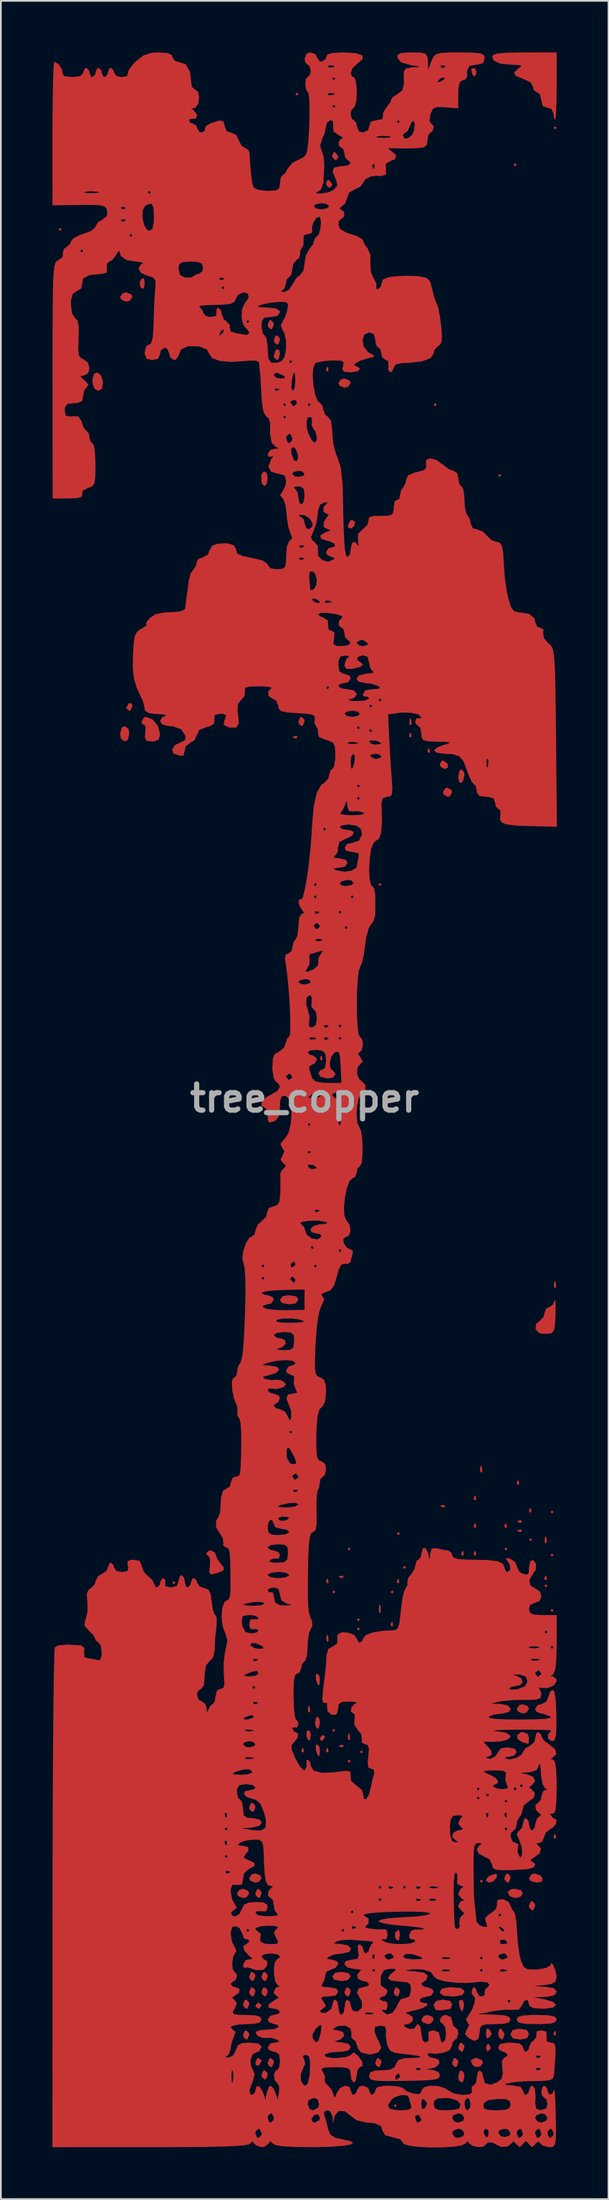
<source format=kicad_pcb>
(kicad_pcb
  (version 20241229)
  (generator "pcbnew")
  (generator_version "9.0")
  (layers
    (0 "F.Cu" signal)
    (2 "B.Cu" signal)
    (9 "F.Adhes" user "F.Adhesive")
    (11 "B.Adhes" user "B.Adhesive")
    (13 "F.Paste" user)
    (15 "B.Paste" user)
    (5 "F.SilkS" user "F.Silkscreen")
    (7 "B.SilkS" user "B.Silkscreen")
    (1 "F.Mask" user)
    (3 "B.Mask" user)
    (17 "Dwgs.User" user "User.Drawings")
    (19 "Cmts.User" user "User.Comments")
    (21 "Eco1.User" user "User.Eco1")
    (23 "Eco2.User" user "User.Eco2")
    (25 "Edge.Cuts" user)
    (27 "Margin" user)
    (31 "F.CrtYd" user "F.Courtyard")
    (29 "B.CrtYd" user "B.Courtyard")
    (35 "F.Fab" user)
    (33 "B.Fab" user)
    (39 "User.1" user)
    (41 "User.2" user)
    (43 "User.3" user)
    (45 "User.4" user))
  (footprint "tree_copper"
    (layer "F.Cu")
    (at 14.67 60.817)
    (property "Reference" "tree_copper" (at 0 0 0) (layer "F.Fab") (effects (font (size 1.524 1.524) (thickness 0.3))))
    (attr board_only exclude_from_pos_files exclude_from_bom)
    (fp_poly (pts (xy -14.131 -50.532) (xy -14.22 -50.442) (xy -14.31 -50.532) (xy -14.22 -50.621)) (stroke (width 0) (type solid)) (fill yes) (layer "F.Cu"))
    (fp_poly (pts (xy -7.513 28.173) (xy -7.602 28.262) (xy -7.692 28.173) (xy -7.602 28.083)) (stroke (width 0) (type solid)) (fill yes) (layer "F.Cu"))
    (fp_poly (pts (xy -0.358 -58.402) (xy -0.447 -58.313) (xy -0.537 -58.402) (xy -0.447 -58.492)) (stroke (width 0) (type solid)) (fill yes) (layer "F.Cu"))
    (fp_poly (pts (xy 1.789 28.709) (xy 1.699 28.799) (xy 1.61 28.709) (xy 1.699 28.62)) (stroke (width 0) (type solid)) (fill yes) (layer "F.Cu"))
    (fp_poly (pts (xy 1.789 36.758) (xy 1.699 36.848) (xy 1.61 36.758) (xy 1.699 36.669)) (stroke (width 0) (type solid)) (fill yes) (layer "F.Cu"))
    (fp_poly (pts (xy 2.683 26.205) (xy 2.594 26.294) (xy 2.504 26.205) (xy 2.594 26.115)) (stroke (width 0) (type solid)) (fill yes) (layer "F.Cu"))
    (fp_poly (pts (xy 2.683 38.547) (xy 2.594 38.637) (xy 2.504 38.547) (xy 2.594 38.458)) (stroke (width 0) (type solid)) (fill yes) (layer "F.Cu"))
    (fp_poly (pts (xy 3.22 30.319) (xy 3.13 30.408) (xy 3.041 30.319) (xy 3.13 30.23)) (stroke (width 0) (type solid)) (fill yes) (layer "F.Cu"))
    (fp_poly (pts (xy 3.22 30.856) (xy 3.13 30.945) (xy 3.041 30.856) (xy 3.13 30.766)) (stroke (width 0) (type solid)) (fill yes) (layer "F.Cu"))
    (fp_poly (pts (xy 3.399 38.011) (xy 3.309 38.1) (xy 3.22 38.011) (xy 3.309 37.921)) (stroke (width 0) (type solid)) (fill yes) (layer "F.Cu"))
    (fp_poly (pts (xy 4.472 -12.432) (xy 4.382 -12.342) (xy 4.293 -12.432) (xy 4.382 -12.521)) (stroke (width 0) (type solid)) (fill yes) (layer "F.Cu"))
    (fp_poly (pts (xy 5.187 28.709) (xy 5.098 28.799) (xy 5.008 28.709) (xy 5.098 28.62)) (stroke (width 0) (type solid)) (fill yes) (layer "F.Cu"))
    (fp_poly (pts (xy 5.366 58.581) (xy 5.277 58.67) (xy 5.187 58.581) (xy 5.277 58.492)) (stroke (width 0) (type solid)) (fill yes) (layer "F.Cu"))
    (fp_poly (pts (xy 5.545 25.311) (xy 5.456 25.4) (xy 5.366 25.311) (xy 5.456 25.221)) (stroke (width 0) (type solid)) (fill yes) (layer "F.Cu"))
    (fp_poly (pts (xy 5.903 27.278) (xy 5.813 27.368) (xy 5.724 27.278) (xy 5.813 27.189)) (stroke (width 0) (type solid)) (fill yes) (layer "F.Cu"))
    (fp_poly (pts (xy 7.692 -40.336) (xy 7.602 -40.246) (xy 7.513 -40.336) (xy 7.602 -40.425)) (stroke (width 0) (type solid)) (fill yes) (layer "F.Cu"))
    (fp_poly (pts (xy 10.375 45.523) (xy 10.285 45.613) (xy 10.196 45.523) (xy 10.285 45.434)) (stroke (width 0) (type solid)) (fill yes) (layer "F.Cu"))
    (fp_poly (pts (xy 11.448 -36.222) (xy 11.358 -36.132) (xy 11.269 -36.222) (xy 11.358 -36.311)) (stroke (width 0) (type solid)) (fill yes) (layer "F.Cu"))
    (fp_poly (pts (xy 11.806 26.205) (xy 11.716 26.294) (xy 11.627 26.205) (xy 11.716 26.115)) (stroke (width 0) (type solid)) (fill yes) (layer "F.Cu"))
    (fp_poly (pts (xy 12.342 -54.288) (xy 12.253 -54.199) (xy 12.163 -54.288) (xy 12.253 -54.377)) (stroke (width 0) (type solid)) (fill yes) (layer "F.Cu"))
    (fp_poly (pts (xy 13.237 25.668) (xy 13.147 25.758) (xy 13.058 25.668) (xy 13.147 25.579)) (stroke (width 0) (type solid)) (fill yes) (layer "F.Cu"))
    (fp_poly (pts (xy 14.131 28.351) (xy 14.042 28.441) (xy 13.952 28.351) (xy 14.042 28.262)) (stroke (width 0) (type solid)) (fill yes) (layer "F.Cu"))
    (fp_poly (pts (xy 14.489 24.058) (xy 14.399 24.148) (xy 14.31 24.058) (xy 14.399 23.969)) (stroke (width 0) (type solid)) (fill yes) (layer "F.Cu"))
    (fp_poly (pts (xy 14.489 26.563) (xy 14.399 26.652) (xy 14.31 26.563) (xy 14.399 26.473)) (stroke (width 0) (type solid)) (fill yes) (layer "F.Cu"))
    (fp_poly (pts (xy 14.489 29.782) (xy 14.399 29.872) (xy 14.31 29.782) (xy 14.399 29.693)) (stroke (width 0) (type solid)) (fill yes) (layer "F.Cu"))
    (fp_poly (pts (xy 14.668 -56.435) (xy 14.578 -56.345) (xy 14.489 -56.435) (xy 14.578 -56.524)) (stroke (width 0) (type solid)) (fill yes) (layer "F.Cu"))
    (fp_poly (pts (xy -0.417 -21.047) (xy -0.442 -20.941) (xy -0.537 -20.928) (xy -0.684 -20.994) (xy -0.656 -21.047) (xy -0.444 -21.069)) (stroke (width 0) (type solid)) (fill yes) (layer "F.Cu"))
    (fp_poly (pts (xy -0.06 37.802) (xy -0.038 38.014) (xy -0.06 38.04) (xy -0.166 38.016) (xy -0.179 37.921) (xy -0.113 37.774)) (stroke (width 0) (type solid)) (fill yes) (layer "F.Cu"))
    (fp_poly (pts (xy 0.301 35.383) (xy 0.322 35.663) (xy 0.287 35.726) (xy 0.206 35.673) (xy 0.193 35.491) (xy 0.237 35.301)) (stroke (width 0) (type solid)) (fill yes) (layer "F.Cu"))
    (fp_poly (pts (xy 1.014 -2.445) (xy 1.035 -2.232) (xy 1.014 -2.206) (xy 0.907 -2.231) (xy 0.894 -2.325) (xy 0.96 -2.473)) (stroke (width 0) (type solid)) (fill yes) (layer "F.Cu"))
    (fp_poly (pts (xy 1.371 -42.512) (xy 1.393 -42.3) (xy 1.371 -42.274) (xy 1.265 -42.298) (xy 1.252 -42.393) (xy 1.318 -42.54)) (stroke (width 0) (type solid)) (fill yes) (layer "F.Cu"))
    (fp_poly (pts (xy 1.371 27.964) (xy 1.393 28.176) (xy 1.371 28.202) (xy 1.265 28.178) (xy 1.252 28.083) (xy 1.318 27.936)) (stroke (width 0) (type solid)) (fill yes) (layer "F.Cu"))
    (fp_poly (pts (xy 1.371 37.802) (xy 1.393 38.014) (xy 1.371 38.04) (xy 1.265 38.016) (xy 1.252 37.921) (xy 1.318 37.774)) (stroke (width 0) (type solid)) (fill yes) (layer "F.Cu"))
    (fp_poly (pts (xy 1.374 31.269) (xy 1.396 31.549) (xy 1.36 31.612) (xy 1.279 31.559) (xy 1.266 31.377) (xy 1.31 31.186)) (stroke (width 0) (type solid)) (fill yes) (layer "F.Cu"))
    (fp_poly (pts (xy 2.266 27.785) (xy 2.241 27.891) (xy 2.146 27.904) (xy 1.999 27.839) (xy 2.027 27.785) (xy 2.24 27.764)) (stroke (width 0) (type solid)) (fill yes) (layer "F.Cu"))
    (fp_poly (pts (xy 2.266 37.623) (xy 2.241 37.729) (xy 2.146 37.742) (xy 1.999 37.677) (xy 2.027 37.623) (xy 2.24 37.602)) (stroke (width 0) (type solid)) (fill yes) (layer "F.Cu"))
    (fp_poly (pts (xy 2.626 36.993) (xy 2.648 37.273) (xy 2.612 37.336) (xy 2.531 37.283) (xy 2.518 37.101) (xy 2.562 36.91)) (stroke (width 0) (type solid)) (fill yes) (layer "F.Cu"))
    (fp_poly (pts (xy 4.411 29.469) (xy 4.435 29.836) (xy 4.411 29.917) (xy 4.346 29.939) (xy 4.321 29.693) (xy 4.349 29.439)) (stroke (width 0) (type solid)) (fill yes) (layer "F.Cu"))
    (fp_poly (pts (xy 5.128 30.468) (xy 5.149 30.68) (xy 5.128 30.707) (xy 5.021 30.682) (xy 5.008 30.587) (xy 5.074 30.44)) (stroke (width 0) (type solid)) (fill yes) (layer "F.Cu"))
    (fp_poly (pts (xy 5.485 27.964) (xy 5.507 28.176) (xy 5.485 28.202) (xy 5.379 28.178) (xy 5.366 28.083) (xy 5.432 27.936)) (stroke (width 0) (type solid)) (fill yes) (layer "F.Cu"))
    (fp_poly (pts (xy 6.201 -21.226) (xy 6.222 -21.014) (xy 6.201 -20.988) (xy 6.095 -21.012) (xy 6.082 -21.107) (xy 6.147 -21.254)) (stroke (width 0) (type solid)) (fill yes) (layer "F.Cu"))
    (fp_poly (pts (xy 6.204 -22.035) (xy 6.225 -21.755) (xy 6.19 -21.692) (xy 6.108 -21.745) (xy 6.096 -21.927) (xy 6.139 -22.118)) (stroke (width 0) (type solid)) (fill yes) (layer "F.Cu"))
    (fp_poly (pts (xy 7.274 -20.332) (xy 7.296 -20.12) (xy 7.274 -20.093) (xy 7.168 -20.118) (xy 7.155 -20.213) (xy 7.22 -20.36)) (stroke (width 0) (type solid)) (fill yes) (layer "F.Cu"))
    (fp_poly (pts (xy 8.169 23.671) (xy 8.144 23.777) (xy 8.049 23.79) (xy 7.902 23.725) (xy 7.93 23.671) (xy 8.142 23.649)) (stroke (width 0) (type solid)) (fill yes) (layer "F.Cu"))
    (fp_poly (pts (xy 9.242 26.354) (xy 9.263 26.566) (xy 9.242 26.592) (xy 9.135 26.568) (xy 9.123 26.473) (xy 9.188 26.326)) (stroke (width 0) (type solid)) (fill yes) (layer "F.Cu"))
    (fp_poly (pts (xy 9.957 23.134) (xy 9.979 23.347) (xy 9.957 23.373) (xy 9.851 23.348) (xy 9.838 23.254) (xy 9.903 23.106)) (stroke (width 0) (type solid)) (fill yes) (layer "F.Cu"))
    (fp_poly (pts (xy 9.957 24.744) (xy 9.979 24.956) (xy 9.957 24.983) (xy 9.851 24.958) (xy 9.838 24.863) (xy 9.903 24.716)) (stroke (width 0) (type solid)) (fill yes) (layer "F.Cu"))
    (fp_poly (pts (xy 9.957 26.354) (xy 9.979 26.566) (xy 9.957 26.592) (xy 9.851 26.568) (xy 9.838 26.473) (xy 9.903 26.326)) (stroke (width 0) (type solid)) (fill yes) (layer "F.Cu"))
    (fp_poly (pts (xy 10.318 21.431) (xy 10.339 21.711) (xy 10.304 21.774) (xy 10.223 21.721) (xy 10.21 21.539) (xy 10.254 21.348)) (stroke (width 0) (type solid)) (fill yes) (layer "F.Cu"))
    (fp_poly (pts (xy 11.746 24.744) (xy 11.767 24.956) (xy 11.746 24.983) (xy 11.64 24.958) (xy 11.627 24.863) (xy 11.692 24.716)) (stroke (width 0) (type solid)) (fill yes) (layer "F.Cu"))
    (fp_poly (pts (xy 12.462 22.24) (xy 12.483 22.452) (xy 12.462 22.478) (xy 12.355 22.454) (xy 12.342 22.359) (xy 12.408 22.212)) (stroke (width 0) (type solid)) (fill yes) (layer "F.Cu"))
    (fp_poly (pts (xy 12.64 24.565) (xy 12.616 24.672) (xy 12.521 24.685) (xy 12.374 24.619) (xy 12.402 24.565) (xy 12.614 24.544)) (stroke (width 0) (type solid)) (fill yes) (layer "F.Cu"))
    (fp_poly (pts (xy 12.64 25.102) (xy 12.616 25.208) (xy 12.521 25.221) (xy 12.374 25.156) (xy 12.402 25.102) (xy 12.614 25.08)) (stroke (width 0) (type solid)) (fill yes) (layer "F.Cu"))
    (fp_poly (pts (xy 13.177 23.85) (xy 13.198 24.062) (xy 13.177 24.088) (xy 13.071 24.064) (xy 13.058 23.969) (xy 13.123 23.822)) (stroke (width 0) (type solid)) (fill yes) (layer "F.Cu"))
    (fp_poly (pts (xy 14.071 27.785) (xy 14.093 27.997) (xy 14.071 28.023) (xy 13.965 27.999) (xy 13.952 27.904) (xy 14.018 27.757)) (stroke (width 0) (type solid)) (fill yes) (layer "F.Cu"))
    (fp_poly (pts (xy 14.074 25.545) (xy 14.096 25.825) (xy 14.06 25.888) (xy 13.979 25.835) (xy 13.966 25.653) (xy 14.01 25.463)) (stroke (width 0) (type solid)) (fill yes) (layer "F.Cu"))
    (fp_poly (pts (xy 14.608 42.81) (xy 14.629 43.023) (xy 14.608 43.049) (xy 14.502 43.024) (xy 14.489 42.93) (xy 14.554 42.782)) (stroke (width 0) (type solid)) (fill yes) (layer "F.Cu"))
    (fp_poly (pts (xy 14.608 54.258) (xy 14.629 54.47) (xy 14.608 54.497) (xy 14.502 54.472) (xy 14.489 54.377) (xy 14.554 54.23)) (stroke (width 0) (type solid)) (fill yes) (layer "F.Cu"))
    (fp_poly (pts (xy 14.611 10.699) (xy 14.632 10.978) (xy 14.597 11.042) (xy 14.516 10.988) (xy 14.503 10.807) (xy 14.547 10.616)) (stroke (width 0) (type solid)) (fill yes) (layer "F.Cu"))
    (fp_poly (pts (xy 0.321 36.813) (xy 0.358 37.016) (xy 0.318 37.339) (xy 0.211 37.318) (xy 0.116 37.122) (xy 0.118 36.834) (xy 0.187 36.754)) (stroke (width 0) (type solid)) (fill yes) (layer "F.Cu"))
    (fp_poly (pts (xy 2.939 -33.513) (xy 2.9 -33.283) (xy 2.711 -33.131) (xy 2.533 -33.182) (xy 2.532 -33.349) (xy 2.673 -33.601) (xy 2.773 -33.638)) (stroke (width 0) (type solid)) (fill yes) (layer "F.Cu"))
    (fp_poly (pts (xy 8.319 -19.457) (xy 8.349 -19.243) (xy 8.154 -19.139) (xy 7.907 -19.283) (xy 7.87 -19.423) (xy 7.974 -19.631) (xy 8.083 -19.635)) (stroke (width 0) (type solid)) (fill yes) (layer "F.Cu"))
    (fp_poly (pts (xy 10.001 -59.706) (xy 9.979 -59.54) (xy 9.88 -59.405) (xy 9.763 -59.541) (xy 9.698 -59.804) (xy 9.731 -59.875) (xy 9.908 -59.904)) (stroke (width 0) (type solid)) (fill yes) (layer "F.Cu"))
    (fp_poly (pts (xy 10.735 55.005) (xy 10.838 55.22) (xy 10.814 55.284) (xy 10.642 55.443) (xy 10.557 55.262) (xy 10.554 55.172) (xy 10.642 54.988)) (stroke (width 0) (type solid)) (fill yes) (layer "F.Cu"))
    (fp_poly (pts (xy -10.248 -21.488) (xy -10.196 -21.196) (xy -10.289 -20.837) (xy -10.464 -20.749) (xy -10.68 -20.905) (xy -10.732 -21.196) (xy -10.639 -21.556) (xy -10.464 -21.644)) (stroke (width 0) (type solid)) (fill yes) (layer "F.Cu"))
    (fp_poly (pts (xy -10.083 -46.753) (xy -10.017 -46.596) (xy -10.166 -46.378) (xy -10.375 -46.328) (xy -10.666 -46.44) (xy -10.732 -46.596) (xy -10.583 -46.815) (xy -10.375 -46.865)) (stroke (width 0) (type solid)) (fill yes) (layer "F.Cu"))
    (fp_poly (pts (xy -10.043 -22.945) (xy -10.017 -22.817) (xy -10.11 -22.572) (xy -10.196 -22.538) (xy -10.37 -22.666) (xy -10.375 -22.706) (xy -10.245 -22.949) (xy -10.196 -22.985)) (stroke (width 0) (type solid)) (fill yes) (layer "F.Cu"))
    (fp_poly (pts (xy -9.301 -47.445) (xy -9.301 -47.437) (xy -9.345 -47.095) (xy -9.477 -47.1) (xy -9.579 -47.238) (xy -9.579 -47.516) (xy -9.5 -47.632) (xy -9.347 -47.698)) (stroke (width 0) (type solid)) (fill yes) (layer "F.Cu"))
    (fp_poly (pts (xy -3.286 46.082) (xy -3.22 46.239) (xy -3.369 46.457) (xy -3.577 46.507) (xy -3.869 46.395) (xy -3.935 46.239) (xy -3.786 46.02) (xy -3.577 45.97)) (stroke (width 0) (type solid)) (fill yes) (layer "F.Cu"))
    (fp_poly (pts (xy -3.24 52.555) (xy -3.22 52.678) (xy -3.316 52.916) (xy -3.399 52.946) (xy -3.557 52.802) (xy -3.577 52.678) (xy -3.481 52.44) (xy -3.399 52.41)) (stroke (width 0) (type solid)) (fill yes) (layer "F.Cu"))
    (fp_poly (pts (xy -3.24 54.343) (xy -3.22 54.467) (xy -3.316 54.705) (xy -3.399 54.735) (xy -3.557 54.59) (xy -3.577 54.467) (xy -3.481 54.229) (xy -3.399 54.199)) (stroke (width 0) (type solid)) (fill yes) (layer "F.Cu"))
    (fp_poly (pts (xy -2.882 41.107) (xy -2.862 41.23) (xy -2.959 41.468) (xy -3.041 41.499) (xy -3.2 41.354) (xy -3.22 41.23) (xy -3.123 40.992) (xy -3.041 40.962)) (stroke (width 0) (type solid)) (fill yes) (layer "F.Cu"))
    (fp_poly (pts (xy -2.882 50.945) (xy -2.862 51.068) (xy -2.959 51.306) (xy -3.041 51.337) (xy -3.2 51.192) (xy -3.22 51.068) (xy -3.123 50.83) (xy -3.041 50.8)) (stroke (width 0) (type solid)) (fill yes) (layer "F.Cu"))
    (fp_poly (pts (xy -2.882 51.839) (xy -2.862 51.963) (xy -2.959 52.201) (xy -3.041 52.231) (xy -3.2 52.086) (xy -3.22 51.963) (xy -3.123 51.725) (xy -3.041 51.694)) (stroke (width 0) (type solid)) (fill yes) (layer "F.Cu"))
    (fp_poly (pts (xy -2.571 45.188) (xy -2.504 45.344) (xy -2.653 45.563) (xy -2.862 45.613) (xy -3.153 45.501) (xy -3.22 45.344) (xy -3.071 45.126) (xy -2.862 45.076)) (stroke (width 0) (type solid)) (fill yes) (layer "F.Cu"))
    (fp_poly (pts (xy -2.524 46.115) (xy -2.504 46.239) (xy -2.601 46.477) (xy -2.683 46.507) (xy -2.842 46.362) (xy -2.862 46.239) (xy -2.765 46.001) (xy -2.683 45.97)) (stroke (width 0) (type solid)) (fill yes) (layer "F.Cu"))
    (fp_poly (pts (xy -2.509 52.725) (xy -2.504 52.768) (xy -2.64 52.941) (xy -2.683 52.946) (xy -2.857 52.81) (xy -2.862 52.768) (xy -2.726 52.594) (xy -2.683 52.589)) (stroke (width 0) (type solid)) (fill yes) (layer "F.Cu"))
    (fp_poly (pts (xy -2.509 55.937) (xy -2.504 55.977) (xy -2.634 56.219) (xy -2.683 56.256) (xy -2.836 56.215) (xy -2.862 56.087) (xy -2.769 55.843) (xy -2.683 55.808)) (stroke (width 0) (type solid)) (fill yes) (layer "F.Cu"))
    (fp_poly (pts (xy -2.167 50.945) (xy -2.146 51.068) (xy -2.243 51.306) (xy -2.325 51.337) (xy -2.484 51.192) (xy -2.504 51.068) (xy -2.408 50.83) (xy -2.325 50.8)) (stroke (width 0) (type solid)) (fill yes) (layer "F.Cu"))
    (fp_poly (pts (xy -2.167 51.839) (xy -2.146 51.963) (xy -2.243 52.201) (xy -2.325 52.231) (xy -2.484 52.086) (xy -2.504 51.963) (xy -2.408 51.725) (xy -2.325 51.694)) (stroke (width 0) (type solid)) (fill yes) (layer "F.Cu"))
    (fp_poly (pts (xy -2.167 56.669) (xy -2.146 56.792) (xy -2.243 57.03) (xy -2.325 57.061) (xy -2.484 56.916) (xy -2.504 56.792) (xy -2.408 56.554) (xy -2.325 56.524)) (stroke (width 0) (type solid)) (fill yes) (layer "F.Cu"))
    (fp_poly (pts (xy -1.809 -45.11) (xy -1.789 -44.987) (xy -1.885 -44.749) (xy -1.968 -44.718) (xy -2.126 -44.863) (xy -2.146 -44.987) (xy -2.05 -45.225) (xy -1.968 -45.255)) (stroke (width 0) (type solid)) (fill yes) (layer "F.Cu"))
    (fp_poly (pts (xy -1.809 55.953) (xy -1.789 56.077) (xy -1.885 56.315) (xy -1.968 56.345) (xy -2.126 56.2) (xy -2.146 56.077) (xy -2.05 55.839) (xy -1.968 55.808)) (stroke (width 0) (type solid)) (fill yes) (layer "F.Cu"))
    (fp_poly (pts (xy -1.469 -43.501) (xy -1.431 -43.298) (xy -1.504 -43.002) (xy -1.61 -42.93) (xy -1.77 -43.074) (xy -1.789 -43.187) (xy -1.68 -43.492) (xy -1.61 -43.556)) (stroke (width 0) (type solid)) (fill yes) (layer "F.Cu"))
    (fp_poly (pts (xy -1.451 -44.216) (xy -1.431 -44.092) (xy -1.528 -43.854) (xy -1.61 -43.824) (xy -1.769 -43.969) (xy -1.789 -44.092) (xy -1.692 -44.33) (xy -1.61 -44.361)) (stroke (width 0) (type solid)) (fill yes) (layer "F.Cu"))
    (fp_poly (pts (xy -0.468 11.528) (xy -0.358 11.716) (xy -0.518 11.929) (xy -0.894 11.985) (xy -1.32 11.905) (xy -1.431 11.716) (xy -1.271 11.503) (xy -0.894 11.448)) (stroke (width 0) (type solid)) (fill yes) (layer "F.Cu"))
    (fp_poly (pts (xy -0.02 -22.035) (xy 0 -21.912) (xy -0.097 -21.674) (xy -0.179 -21.644) (xy -0.338 -21.789) (xy -0.358 -21.912) (xy -0.261 -22.15) (xy -0.179 -22.18)) (stroke (width 0) (type solid)) (fill yes) (layer "F.Cu"))
    (fp_poly (pts (xy 0.864 33.599) (xy 0.894 33.807) (xy 0.866 34.098) (xy 0.826 34.165) (xy 0.732 34.017) (xy 0.664 33.807) (xy 0.654 33.522) (xy 0.732 33.449)) (stroke (width 0) (type solid)) (fill yes) (layer "F.Cu"))
    (fp_poly (pts (xy 0.864 37.713) (xy 0.894 37.921) (xy 0.866 38.212) (xy 0.826 38.279) (xy 0.732 38.131) (xy 0.664 37.921) (xy 0.654 37.636) (xy 0.732 37.563)) (stroke (width 0) (type solid)) (fill yes) (layer "F.Cu"))
    (fp_poly (pts (xy 0.868 36.104) (xy 0.894 36.311) (xy 0.835 36.602) (xy 0.754 36.669) (xy 0.64 36.519) (xy 0.613 36.311) (xy 0.672 36.02) (xy 0.754 35.954)) (stroke (width 0) (type solid)) (fill yes) (layer "F.Cu"))
    (fp_poly (pts (xy 1.191 37.136) (xy 1.163 37.206) (xy 1.002 37.376) (xy 0.973 37.385) (xy 0.896 37.246) (xy 0.894 37.206) (xy 1.032 37.034) (xy 1.084 37.027)) (stroke (width 0) (type solid)) (fill yes) (layer "F.Cu"))
    (fp_poly (pts (xy 1.431 -53.394) (xy 1.603 -53.165) (xy 1.61 -53.115) (xy 1.473 -52.951) (xy 1.431 -52.946) (xy 1.274 -53.092) (xy 1.252 -53.225) (xy 1.339 -53.41)) (stroke (width 0) (type solid)) (fill yes) (layer "F.Cu"))
    (fp_poly (pts (xy 1.789 -55.004) (xy 1.961 -54.775) (xy 1.968 -54.725) (xy 1.831 -54.561) (xy 1.789 -54.556) (xy 1.632 -54.702) (xy 1.61 -54.835) (xy 1.697 -55.02)) (stroke (width 0) (type solid)) (fill yes) (layer "F.Cu"))
    (fp_poly (pts (xy 2.573 50.88) (xy 2.683 51.068) (xy 2.523 51.281) (xy 2.146 51.337) (xy 1.72 51.257) (xy 1.61 51.068) (xy 1.77 50.855) (xy 2.146 50.8)) (stroke (width 0) (type solid)) (fill yes) (layer "F.Cu"))
    (fp_poly (pts (xy 2.617 -41.744) (xy 2.683 -41.588) (xy 2.534 -41.37) (xy 2.325 -41.32) (xy 2.034 -41.432) (xy 1.968 -41.588) (xy 2.117 -41.807) (xy 2.325 -41.856)) (stroke (width 0) (type solid)) (fill yes) (layer "F.Cu"))
    (fp_poly (pts (xy 2.663 51.839) (xy 2.683 51.963) (xy 2.587 52.201) (xy 2.504 52.231) (xy 2.346 52.086) (xy 2.325 51.963) (xy 2.422 51.725) (xy 2.504 51.694)) (stroke (width 0) (type solid)) (fill yes) (layer "F.Cu"))
    (fp_poly (pts (xy 4.452 55.953) (xy 4.472 56.077) (xy 4.375 56.315) (xy 4.293 56.345) (xy 4.134 56.2) (xy 4.114 56.077) (xy 4.211 55.839) (xy 4.293 55.808)) (stroke (width 0) (type solid)) (fill yes) (layer "F.Cu"))
    (fp_poly (pts (xy 5.525 51.839) (xy 5.545 51.963) (xy 5.448 52.201) (xy 5.366 52.231) (xy 5.208 52.086) (xy 5.187 51.963) (xy 5.284 51.725) (xy 5.366 51.694)) (stroke (width 0) (type solid)) (fill yes) (layer "F.Cu"))
    (fp_poly (pts (xy 5.545 48.61) (xy 5.545 48.618) (xy 5.501 48.96) (xy 5.369 48.955) (xy 5.267 48.817) (xy 5.267 48.538) (xy 5.346 48.423) (xy 5.499 48.356)) (stroke (width 0) (type solid)) (fill yes) (layer "F.Cu"))
    (fp_poly (pts (xy 7.446 53.416) (xy 7.513 53.573) (xy 7.364 53.791) (xy 7.155 53.841) (xy 6.864 53.729) (xy 6.797 53.573) (xy 6.946 53.354) (xy 7.155 53.304)) (stroke (width 0) (type solid)) (fill yes) (layer "F.Cu"))
    (fp_poly (pts (xy 8.555 -17.923) (xy 8.586 -17.798) (xy 8.443 -17.561) (xy 8.318 -17.53) (xy 8.08 -17.673) (xy 8.049 -17.798) (xy 8.192 -18.035) (xy 8.318 -18.066)) (stroke (width 0) (type solid)) (fill yes) (layer "F.Cu"))
    (fp_poly (pts (xy 8.923 55.953) (xy 8.944 56.077) (xy 8.847 56.315) (xy 8.765 56.345) (xy 8.606 56.2) (xy 8.586 56.077) (xy 8.683 55.839) (xy 8.765 55.808)) (stroke (width 0) (type solid)) (fill yes) (layer "F.Cu"))
    (fp_poly (pts (xy 9.268 56.674) (xy 9.301 56.882) (xy 9.227 57.172) (xy 9.123 57.239) (xy 8.977 57.09) (xy 8.944 56.882) (xy 9.019 56.591) (xy 9.123 56.524)) (stroke (width 0) (type solid)) (fill yes) (layer "F.Cu"))
    (fp_poly (pts (xy 9.269 -18.99) (xy 9.301 -18.792) (xy 9.219 -18.45) (xy 9.123 -18.335) (xy 8.99 -18.398) (xy 8.944 -18.682) (xy 9.004 -19.023) (xy 9.123 -19.139)) (stroke (width 0) (type solid)) (fill yes) (layer "F.Cu"))
    (fp_poly (pts (xy 9.277 52.637) (xy 9.255 52.888) (xy 9.182 53.117) (xy 9.091 53.012) (xy 9.039 52.894) (xy 8.973 52.579) (xy 9.011 52.462) (xy 9.188 52.422)) (stroke (width 0) (type solid)) (fill yes) (layer "F.Cu"))
    (fp_poly (pts (xy 9.281 55.059) (xy 9.301 55.182) (xy 9.205 55.42) (xy 9.123 55.451) (xy 8.964 55.306) (xy 8.944 55.182) (xy 9.04 54.944) (xy 9.123 54.914)) (stroke (width 0) (type solid)) (fill yes) (layer "F.Cu"))
    (fp_poly (pts (xy 10.308 55.92) (xy 10.375 56.077) (xy 10.242 56.302) (xy 9.959 56.332) (xy 9.778 56.226) (xy 9.664 55.971) (xy 9.866 55.822) (xy 10.017 55.808)) (stroke (width 0) (type solid)) (fill yes) (layer "F.Cu"))
    (fp_poly (pts (xy 10.724 54.122) (xy 10.768 54.163) (xy 10.891 54.406) (xy 10.768 54.592) (xy 10.608 54.68) (xy 10.555 54.464) (xy 10.554 54.377) (xy 10.59 54.093)) (stroke (width 0) (type solid)) (fill yes) (layer "F.Cu"))
    (fp_poly (pts (xy 11.612 54.368) (xy 11.627 54.477) (xy 11.527 54.709) (xy 11.448 54.735) (xy 11.304 54.585) (xy 11.269 54.367) (xy 11.338 54.12) (xy 11.448 54.109)) (stroke (width 0) (type solid)) (fill yes) (layer "F.Cu"))
    (fp_poly (pts (xy 11.964 45.221) (xy 11.985 45.344) (xy 11.888 45.582) (xy 11.806 45.613) (xy 11.647 45.468) (xy 11.627 45.344) (xy 11.723 45.106) (xy 11.806 45.076)) (stroke (width 0) (type solid)) (fill yes) (layer "F.Cu"))
    (fp_poly (pts (xy 12.991 35.35) (xy 13.058 35.506) (xy 12.909 35.725) (xy 12.7 35.775) (xy 12.409 35.663) (xy 12.342 35.506) (xy 12.491 35.288) (xy 12.7 35.238)) (stroke (width 0) (type solid)) (fill yes) (layer "F.Cu"))
    (fp_poly (pts (xy 13.395 46.831) (xy 13.415 46.954) (xy 13.319 47.192) (xy 13.237 47.223) (xy 13.078 47.078) (xy 13.058 46.954) (xy 13.154 46.716) (xy 13.237 46.686)) (stroke (width 0) (type solid)) (fill yes) (layer "F.Cu"))
    (fp_poly (pts (xy 13.73 45.201) (xy 13.838 45.344) (xy 13.816 45.552) (xy 13.499 45.613) (xy 13.144 45.518) (xy 13.058 45.344) (xy 13.206 45.123) (xy 13.396 45.076)) (stroke (width 0) (type solid)) (fill yes) (layer "F.Cu"))
    (fp_poly (pts (xy 11.209 45.177) (xy 11.155 45.344) (xy 10.966 45.551) (xy 10.713 45.611) (xy 10.559 45.497) (xy 10.554 45.453) (xy 10.696 45.259) (xy 10.836 45.185) (xy 11.148 45.088)) (stroke (width 0) (type solid)) (fill yes) (layer "F.Cu"))
    (fp_poly (pts (xy 12.612 46.064) (xy 12.7 46.239) (xy 12.558 46.442) (xy 12.248 46.51) (xy 11.948 46.409) (xy 11.925 46.388) (xy 11.809 46.139) (xy 12.015 45.993) (xy 12.253 45.97)) (stroke (width 0) (type solid)) (fill yes) (layer "F.Cu"))
    (fp_poly (pts (xy -11.845 -42.038) (xy -11.728 -41.672) (xy -11.726 -41.633) (xy -11.797 -41.251) (xy -12.008 -41.135) (xy -12.223 -41.26) (xy -12.316 -41.515) (xy -12.342 -41.81) (xy -12.253 -42.136) (xy -12.054 -42.202)) (stroke (width 0) (type solid)) (fill yes) (layer "F.Cu"))
    (fp_poly (pts (xy -2.198 -36.354) (xy -2.146 -36.058) (xy -2.206 -35.715) (xy -2.325 -35.596) (xy -2.484 -35.741) (xy -2.504 -35.864) (xy -2.512 -36.188) (xy -2.518 -36.262) (xy -2.394 -36.432) (xy -2.339 -36.456)) (stroke (width 0) (type solid)) (fill yes) (layer "F.Cu"))
    (fp_poly (pts (xy 12.999 36.974) (xy 13.058 37.206) (xy 13.039 37.487) (xy 13.013 37.543) (xy 12.826 37.486) (xy 12.655 37.44) (xy 12.388 37.256) (xy 12.376 37.011) (xy 12.608 36.856) (xy 12.7 36.848)) (stroke (width 0) (type solid)) (fill yes) (layer "F.Cu"))
    (fp_poly (pts (xy 8.475 52.49) (xy 8.586 52.678) (xy 8.512 52.925) (xy 8.452 52.96) (xy 8.174 53.003) (xy 8.017 53.032) (xy 7.703 53.031) (xy 7.614 52.988) (xy 7.494 52.706) (xy 7.674 52.488) (xy 8.049 52.41)) (stroke (width 0) (type solid)) (fill yes) (layer "F.Cu"))
    (fp_poly (pts (xy 9.083 51.739) (xy 9.288 51.886) (xy 9.301 51.963) (xy 9.183 52.149) (xy 8.792 52.226) (xy 8.586 52.231) (xy 8.088 52.187) (xy 7.883 52.04) (xy 7.87 51.963) (xy 7.989 51.776) (xy 8.38 51.699) (xy 8.586 51.694)) (stroke (width 0) (type solid)) (fill yes) (layer "F.Cu"))
    (fp_poly (pts (xy 12.925 54.174) (xy 13.057 54.393) (xy 13.058 54.422) (xy 12.947 54.658) (xy 12.572 54.735) (xy 12.521 54.735) (xy 12.117 54.671) (xy 11.985 54.452) (xy 11.985 54.422) (xy 12.095 54.187) (xy 12.471 54.11) (xy 12.521 54.109)) (stroke (width 0) (type solid)) (fill yes) (layer "F.Cu"))
    (fp_poly (pts (xy -8.83 -22.023) (xy -8.522 -21.638) (xy -8.407 -21.184) (xy -8.48 -20.857) (xy -8.767 -20.752) (xy -8.875 -20.749) (xy -9.198 -20.792) (xy -9.291 -20.995) (xy -9.265 -21.276) (xy -9.252 -21.616) (xy -9.328 -21.716) (xy -9.334 -21.713) (xy -9.46 -21.772) (xy -9.48 -21.901) (xy -9.348 -22.145) (xy -9.225 -22.18)) (stroke (width 0) (type solid)) (fill yes) (layer "F.Cu"))
    (fp_poly (pts (xy 14.157 53.322) (xy 14.52 53.386) (xy 14.659 53.512) (xy 14.668 53.573) (xy 14.59 53.723) (xy 14.313 53.807) (xy 13.769 53.839) (xy 13.505 53.841) (xy 12.853 53.823) (xy 12.49 53.759) (xy 12.351 53.633) (xy 12.342 53.573) (xy 12.42 53.422) (xy 12.697 53.338) (xy 13.241 53.306) (xy 13.505 53.304)) (stroke (width 0) (type solid)) (fill yes) (layer "F.Cu"))
    (fp_poly (pts (xy -5.218 26.407) (xy -5.187 26.504) (xy -5.077 26.789) (xy -4.89 27.042) (xy -4.685 27.309) (xy -4.735 27.467) (xy -5.083 27.607) (xy -5.166 27.633) (xy -5.454 27.691) (xy -5.543 27.555) (xy -5.51 27.208) (xy -5.494 26.826) (xy -5.568 26.653) (xy -5.576 26.652) (xy -5.72 26.515) (xy -5.724 26.473) (xy -5.579 26.315) (xy -5.456 26.294)) (stroke (width 0) (type solid)) (fill yes) (layer "F.Cu"))
    (fp_poly (pts (xy 14.604 11.968) (xy 14.604 12.471) (xy 14.603 12.504) (xy 14.576 13.133) (xy 14.511 13.488) (xy 14.383 13.648) (xy 14.22 13.693) (xy 13.811 13.689) (xy 13.639 13.65) (xy 13.436 13.427) (xy 13.473 13.127) (xy 13.684 12.944) (xy 13.91 12.7) (xy 13.952 12.502) (xy 14.064 12.223) (xy 14.208 12.163) (xy 14.439 12.011) (xy 14.546 11.761) (xy 14.584 11.713)) (stroke (width 0) (type solid)) (fill yes) (layer "F.Cu"))
    (fp_poly (pts (xy 14.668 -58.849) (xy 14.66 -58.059) (xy 14.639 -57.42) (xy 14.609 -57.005) (xy 14.578 -56.882) (xy 14.505 -57.032) (xy 14.489 -57.239) (xy 14.362 -57.538) (xy 14.131 -57.597) (xy 13.85 -57.702) (xy 13.773 -58.044) (xy 13.687 -58.394) (xy 13.525 -58.492) (xy 13.325 -58.635) (xy 13.301 -58.793) (xy 13.154 -59.076) (xy 12.745 -59.266) (xy 12.293 -59.452) (xy 12.19 -59.65) (xy 12.429 -59.88) (xy 12.476 -59.908) (xy 12.62 -60.027) (xy 12.48 -60.083) (xy 12.133 -60.096) (xy 11.409 -60.159) (xy 11.009 -60.336) (xy 10.911 -60.568) (xy 10.984 -60.683) (xy 11.239 -60.758) (xy 11.728 -60.8) (xy 12.506 -60.816) (xy 12.789 -60.817) (xy 14.668 -60.817)) (stroke (width 0) (type solid)) (fill yes) (layer "F.Cu"))
    (fp_poly (pts (xy 9.747 -60.81) (xy 10.179 -60.776) (xy 10.396 -60.698) (xy 10.471 -60.558) (xy 10.477 -60.459) (xy 10.385 -60.19) (xy 10.051 -60.103) (xy 9.979 -60.101) (xy 9.591 -60.027) (xy 9.452 -59.755) (xy 9.467 -59.431) (xy 9.35 -59.235) (xy 9.22 -59.207) (xy 9.041 -59.111) (xy 8.958 -58.778) (xy 8.944 -58.387) (xy 8.944 -57.566) (xy 8.198 -57.627) (xy 7.717 -57.642) (xy 7.472 -57.546) (xy 7.343 -57.28) (xy 7.319 -57.195) (xy 7.272 -56.841) (xy 7.349 -56.703) (xy 7.494 -56.558) (xy 7.513 -56.435) (xy 7.416 -56.196) (xy 7.334 -56.166) (xy 7.199 -56.013) (xy 7.155 -55.719) (xy 7.116 -55.435) (xy 6.935 -55.299) (xy 6.513 -55.249) (xy 6.395 -55.244) (xy 5.796 -55.233) (xy 5.274 -55.242) (xy 5.187 -55.246) (xy 4.894 -55.249) (xy 4.925 -55.169) (xy 5.053 -55.086) (xy 5.335 -54.827) (xy 5.265 -54.615) (xy 4.992 -54.5) (xy 4.721 -54.337) (xy 4.736 -54.032) (xy 4.736 -53.72) (xy 4.459 -53.622) (xy 4.23 -53.647) (xy 3.858 -53.609) (xy 3.526 -53.433) (xy 3.399 -53.222) (xy 3.246 -53.006) (xy 2.951 -52.873) (xy 2.584 -52.656) (xy 2.504 -52.415) (xy 2.363 -52.044) (xy 2.191 -51.888) (xy 2.03 -51.743) (xy 2.102 -51.7) (xy 2.281 -51.572) (xy 2.318 -51.33) (xy 2.196 -51.165) (xy 2.146 -51.158) (xy 2 -51.008) (xy 1.968 -50.807) (xy 2.079 -50.533) (xy 2.458 -50.331) (xy 2.683 -50.263) (xy 3.127 -50.104) (xy 3.378 -49.935) (xy 3.399 -49.886) (xy 3.513 -49.619) (xy 3.661 -49.439) (xy 3.843 -49.015) (xy 3.822 -48.668) (xy 3.862 -48.027) (xy 4.007 -47.721) (xy 4.176 -47.373) (xy 4.174 -47.164) (xy 4.191 -47.053) (xy 4.263 -47.044) (xy 4.436 -47.192) (xy 4.472 -47.378) (xy 4.555 -47.607) (xy 4.859 -47.739) (xy 5.232 -47.796) (xy 5.901 -47.832) (xy 6.558 -47.811) (xy 6.646 -47.802) (xy 7.091 -47.71) (xy 7.308 -47.497) (xy 7.423 -47.071) (xy 7.539 -46.592) (xy 7.666 -46.266) (xy 7.684 -46.239) (xy 7.777 -45.976) (xy 7.875 -45.475) (xy 7.943 -44.964) (xy 7.995 -44.334) (xy 7.97 -43.974) (xy 7.858 -43.798) (xy 7.787 -43.762) (xy 7.556 -43.516) (xy 7.513 -43.316) (xy 7.343 -43.049) (xy 6.857 -42.861) (xy 6.089 -42.764) (xy 5.679 -42.753) (xy 5.287 -42.665) (xy 5.187 -42.482) (xy 5.08 -42.245) (xy 4.988 -42.214) (xy 4.865 -42.356) (xy 4.881 -42.572) (xy 4.867 -42.871) (xy 4.723 -42.93) (xy 4.519 -43.079) (xy 4.472 -43.287) (xy 4.397 -43.578) (xy 4.293 -43.645) (xy 4.158 -43.798) (xy 4.114 -44.092) (xy 4.03 -44.443) (xy 3.756 -44.539) (xy 3.477 -44.406) (xy 3.376 -44.089) (xy 3.449 -43.711) (xy 3.691 -43.396) (xy 3.801 -43.329) (xy 4.049 -43.195) (xy 4.016 -43.112) (xy 3.669 -43.022) (xy 3.618 -43.011) (xy 3.221 -42.885) (xy 2.951 -42.734) (xy 2.881 -42.612) (xy 3.03 -42.572) (xy 3.212 -42.442) (xy 3.22 -42.393) (xy 3.064 -42.268) (xy 2.688 -42.214) (xy 2.671 -42.214) (xy 2.298 -42.249) (xy 2.198 -42.397) (xy 2.236 -42.571) (xy 2.269 -42.792) (xy 2.126 -42.891) (xy 1.728 -42.908) (xy 1.577 -42.904) (xy 1.059 -42.858) (xy 0.691 -42.774) (xy 0.626 -42.741) (xy 0.508 -42.475) (xy 0.476 -42.009) (xy 0.516 -41.457) (xy 0.614 -40.934) (xy 0.757 -40.553) (xy 0.909 -40.425) (xy 1.045 -40.276) (xy 1.073 -40.087) (xy 1.198 -39.753) (xy 1.342 -39.645) (xy 1.528 -39.419) (xy 1.607 -38.899) (xy 1.611 -38.687) (xy 1.675 -38.042) (xy 1.834 -37.452) (xy 1.906 -37.295) (xy 2.108 -36.665) (xy 2.212 -35.703) (xy 2.225 -35.327) (xy 2.251 -34.023) (xy 2.28 -33.038) (xy 2.314 -32.331) (xy 2.356 -31.863) (xy 2.41 -31.596) (xy 2.477 -31.489) (xy 2.504 -31.482) (xy 2.639 -31.635) (xy 2.683 -31.929) (xy 2.758 -32.282) (xy 2.928 -32.367) (xy 3.108 -32.152) (xy 3.148 -32.133) (xy 3.109 -32.399) (xy 3.107 -32.406) (xy 3.109 -32.819) (xy 3.374 -33.078) (xy 3.389 -33.086) (xy 3.664 -33.353) (xy 3.717 -33.588) (xy 3.752 -33.778) (xy 3.996 -33.861) (xy 4.427 -33.871) (xy 4.904 -33.88) (xy 5.123 -33.975) (xy 5.185 -34.222) (xy 5.187 -34.379) (xy 5.238 -34.722) (xy 5.366 -34.791) (xy 5.366 -34.791) (xy 5.508 -34.844) (xy 5.545 -35.038) (xy 5.625 -35.385) (xy 5.724 -35.506) (xy 5.875 -35.759) (xy 5.903 -35.956) (xy 6.02 -36.224) (xy 6.415 -36.389) (xy 6.534 -36.414) (xy 6.951 -36.529) (xy 7.086 -36.699) (xy 7.059 -36.869) (xy 7.085 -37.13) (xy 7.324 -37.211) (xy 7.679 -37.114) (xy 8.049 -36.848) (xy 8.403 -36.583) (xy 8.675 -36.49) (xy 8.891 -36.335) (xy 8.944 -36.043) (xy 9.005 -35.707) (xy 9.123 -35.596) (xy 9.23 -35.436) (xy 9.294 -35.032) (xy 9.301 -34.801) (xy 9.338 -34.296) (xy 9.432 -33.956) (xy 9.48 -33.896) (xy 9.631 -33.644) (xy 9.659 -33.439) (xy 9.791 -33.147) (xy 10.015 -33.092) (xy 10.386 -32.951) (xy 10.595 -32.734) (xy 10.886 -32.451) (xy 11.114 -32.376) (xy 11.338 -32.326) (xy 11.478 -32.131) (xy 11.557 -31.723) (xy 11.598 -31.032) (xy 11.601 -30.945) (xy 11.662 -30.184) (xy 11.78 -29.401) (xy 11.843 -29.112) (xy 12.002 -28.585) (xy 12.182 -28.33) (xy 12.441 -28.262) (xy 12.451 -28.262) (xy 13.063 -28.172) (xy 13.375 -27.906) (xy 13.415 -27.706) (xy 13.541 -27.424) (xy 13.703 -27.368) (xy 13.905 -27.261) (xy 13.881 -27.084) (xy 13.93 -26.75) (xy 14.175 -26.474) (xy 14.292 -26.371) (xy 14.384 -26.247) (xy 14.455 -26.06) (xy 14.508 -25.769) (xy 14.547 -25.333) (xy 14.575 -24.713) (xy 14.595 -23.866) (xy 14.611 -22.752) (xy 14.627 -21.33) (xy 14.631 -20.969) (xy 14.683 -15.79) (xy 13.188 -15.824) (xy 12.331 -15.856) (xy 11.778 -15.919) (xy 11.475 -16.032) (xy 11.368 -16.213) (xy 11.396 -16.457) (xy 11.392 -16.743) (xy 11.29 -16.814) (xy 11.128 -16.964) (xy 11.09 -17.172) (xy 11.006 -17.434) (xy 10.692 -17.526) (xy 10.554 -17.53) (xy 10.161 -17.586) (xy 10.022 -17.795) (xy 10.017 -17.887) (xy 9.954 -18.178) (xy 9.867 -18.245) (xy 9.727 -18.399) (xy 9.548 -18.788) (xy 9.472 -19.005) (xy 9.285 -19.497) (xy 10.582 -19.497) (xy 10.61 -19.243) (xy 10.672 -19.274) (xy 10.696 -19.64) (xy 10.672 -19.721) (xy 10.607 -19.743) (xy 10.582 -19.497) (xy 9.285 -19.497) (xy 9.252 -19.582) (xy 9.001 -19.89) (xy 8.614 -20.012) (xy 8.183 -20.031) (xy 7.69 -20.088) (xy 7.534 -20.227) (xy 7.723 -20.409) (xy 8.094 -20.549) (xy 8.404 -20.646) (xy 8.447 -20.698) (xy 8.191 -20.723) (xy 7.736 -20.733) (xy 7.189 -20.756) (xy 6.909 -20.83) (xy 6.809 -20.998) (xy 6.797 -21.196) (xy 6.736 -21.533) (xy 6.618 -21.644) (xy 6.461 -21.789) (xy 6.439 -21.923) (xy 6.526 -22.108) (xy 6.618 -22.091) (xy 6.784 -22.093) (xy 6.797 -22.149) (xy 6.638 -22.314) (xy 6.231 -22.414) (xy 5.686 -22.431) (xy 5.4 -22.402) (xy 4.86 -22.323) (xy 4.919 -21.044) (xy 4.964 -20.182) (xy 5.022 -19.262) (xy 5.068 -18.648) (xy 5.107 -18.037) (xy 5.087 -17.701) (xy 4.99 -17.558) (xy 4.801 -17.53) (xy 4.541 -17.447) (xy 4.473 -17.138) (xy 4.477 -17.038) (xy 4.506 -16.113) (xy 4.456 -15.452) (xy 4.333 -15.087) (xy 4.226 -15.025) (xy 4.025 -14.87) (xy 3.874 -14.493) (xy 3.868 -14.466) (xy 3.785 -13.861) (xy 3.759 -13.248) (xy 3.789 -12.729) (xy 3.869 -12.403) (xy 3.941 -12.342) (xy 4.057 -12.184) (xy 4.116 -11.793) (xy 4.117 -11.671) (xy 4.115 -11.132) (xy 4.12 -10.704) (xy 4.121 -10.67) (xy 4.003 -10.279) (xy 3.877 -10.133) (xy 3.717 -9.846) (xy 3.582 -9.32) (xy 3.519 -8.873) (xy 3.435 -8.273) (xy 3.32 -7.812) (xy 3.23 -7.63) (xy 3.149 -7.386) (xy 3.09 -6.893) (xy 3.054 -6.24) (xy 3.041 -5.511) (xy 3.05 -4.795) (xy 3.083 -4.176) (xy 3.14 -3.741) (xy 3.22 -3.577) (xy 3.354 -3.424) (xy 3.399 -3.13) (xy 3.33 -2.794) (xy 3.198 -2.683) (xy 3.117 -2.582) (xy 3.243 -2.386) (xy 3.391 -2.135) (xy 3.265 -2.013) (xy 3.264 -2.013) (xy 3.081 -1.795) (xy 3.055 -1.435) (xy 3.179 -1.11) (xy 3.309 -1.009) (xy 3.544 -0.771) (xy 3.533 -0.453) (xy 3.309 -0.244) (xy 3.16 -0.023) (xy 3.064 0.416) (xy 3.029 0.936) (xy 3.064 1.4) (xy 3.177 1.671) (xy 3.19 1.681) (xy 3.287 1.898) (xy 3.351 2.331) (xy 3.378 2.867) (xy 3.368 3.389) (xy 3.318 3.783) (xy 3.229 3.935) (xy 3.076 4.085) (xy 3.041 4.293) (xy 2.939 4.583) (xy 2.797 4.651) (xy 2.617 4.811) (xy 2.462 5.218) (xy 2.349 5.759) (xy 2.294 6.324) (xy 2.314 6.802) (xy 2.426 7.081) (xy 2.431 7.085) (xy 2.627 7.378) (xy 2.673 7.73) (xy 2.569 7.994) (xy 2.432 8.049) (xy 2.256 8.181) (xy 2.274 8.407) (xy 2.461 8.698) (xy 2.634 8.765) (xy 2.817 8.879) (xy 2.792 9.048) (xy 2.695 9.397) (xy 2.683 9.508) (xy 2.541 9.628) (xy 2.37 9.623) (xy 2.15 9.668) (xy 1.989 9.951) (xy 1.878 10.362) (xy 1.717 10.896) (xy 1.496 11.171) (xy 1.254 11.269) (xy 0.971 11.386) (xy 1.028 11.51) (xy 1.148 11.686) (xy 1.022 11.989) (xy 0.988 12.042) (xy 0.839 12.465) (xy 0.722 13.208) (xy 0.644 14.234) (xy 0.641 14.288) (xy 0.607 15.121) (xy 0.604 15.663) (xy 0.642 15.982) (xy 0.728 16.146) (xy 0.874 16.22) (xy 0.904 16.228) (xy 1.133 16.367) (xy 1.235 16.69) (xy 1.252 17.084) (xy 1.196 17.64) (xy 1.04 17.927) (xy 1.011 17.941) (xy 0.854 18.112) (xy 0.752 18.514) (xy 0.698 19.193) (xy 0.684 19.765) (xy 0.689 20.464) (xy 0.734 20.874) (xy 0.836 21.065) (xy 0.984 21.107) (xy 1.2 21.263) (xy 1.252 21.554) (xy 1.191 21.89) (xy 1.073 22.001) (xy 0.924 22.15) (xy 0.894 22.329) (xy 0.836 22.669) (xy 0.775 22.777) (xy 0.72 23.004) (xy 0.693 23.482) (xy 0.698 24.058) (xy 0.703 24.716) (xy 0.652 25.081) (xy 0.533 25.216) (xy 0.491 25.221) (xy 0.373 25.3) (xy 0.292 25.571) (xy 0.241 26.087) (xy 0.211 26.9) (xy 0.208 27.055) (xy 0.192 28.162) (xy 0.193 28.971) (xy 0.215 29.541) (xy 0.263 29.932) (xy 0.34 30.203) (xy 0.435 30.388) (xy 0.454 30.699) (xy 0.378 30.818) (xy 0.26 31.104) (xy 0.188 31.603) (xy 0.179 31.875) (xy 0.145 32.374) (xy 0.06 32.683) (xy 0 32.734) (xy -0.145 32.884) (xy -0.179 33.092) (xy -0.279 33.382) (xy -0.418 33.449) (xy -0.547 33.546) (xy -0.619 33.871) (xy -0.643 34.478) (xy -0.642 34.79) (xy -0.618 35.431) (xy -0.569 35.905) (xy -0.504 36.125) (xy -0.492 36.131) (xy -0.374 36.279) (xy -0.358 36.411) (xy -0.444 36.596) (xy -0.537 36.58) (xy -0.701 36.594) (xy -0.715 36.658) (xy -0.586 36.841) (xy -0.537 36.848) (xy -0.371 36.963) (xy -0.416 37.219) (xy -0.617 37.454) (xy -0.756 37.622) (xy -0.744 37.871) (xy -0.571 38.308) (xy -0.52 38.419) (xy -0.277 38.844) (xy -0.061 39.065) (xy 0.02 39.071) (xy 0.131 38.831) (xy 0.107 38.708) (xy 0.113 38.489) (xy 0.184 38.458) (xy 0.327 38.607) (xy 0.358 38.804) (xy 0.517 39.09) (xy 0.978 39.223) (xy 1.718 39.197) (xy 2.004 39.156) (xy 2.425 39.11) (xy 2.644 39.136) (xy 2.653 39.154) (xy 2.707 39.683) (xy 3.013 39.969) (xy 3.041 39.978) (xy 3.332 40.215) (xy 3.399 40.437) (xy 3.455 40.743) (xy 3.586 40.752) (xy 3.621 40.694) (xy 10.017 40.694) (xy 10.106 40.783) (xy 10.196 40.694) (xy 10.106 40.604) (xy 10.017 40.694) (xy 3.621 40.694) (xy 3.73 40.515) (xy 10.554 40.515) (xy 10.643 40.604) (xy 10.732 40.515) (xy 10.643 40.425) (xy 10.554 40.515) (xy 3.73 40.515) (xy 3.738 40.502) (xy 3.833 40.157) (xy 10.017 40.157) (xy 10.106 40.246) (xy 10.196 40.157) (xy 10.106 40.068) (xy 10.017 40.157) (xy 3.833 40.157) (xy 3.836 40.144) (xy 3.944 39.644) (xy 4.045 39.274) (xy 4.054 39.25) (xy 4.035 39.143) (xy 10.41 39.143) (xy 10.56 39.246) (xy 10.822 39.352) (xy 11.144 39.544) (xy 11.274 39.751) (xy 11.167 39.88) (xy 11.08 39.889) (xy 10.96 39.985) (xy 10.979 40.032) (xy 11.206 40.141) (xy 11.518 40.175) (xy 11.651 40.157) (xy 12.163 40.157) (xy 12.253 40.246) (xy 12.342 40.157) (xy 12.253 40.068) (xy 12.163 40.157) (xy 11.651 40.157) (xy 11.82 40.134) (xy 11.813 39.989) (xy 11.804 39.978) (xy 12.521 39.978) (xy 12.611 40.068) (xy 12.7 39.978) (xy 12.611 39.889) (xy 12.521 39.978) (xy 11.804 39.978) (xy 11.783 39.951) (xy 11.673 39.604) (xy 11.699 39.405) (xy 11.712 39.198) (xy 11.522 39.104) (xy 11.088 39.084) (xy 10.579 39.096) (xy 10.41 39.143) (xy 4.035 39.143) (xy 4.014 39.029) (xy 3.882 38.994) (xy 3.713 38.916) (xy 3.673 38.627) (xy 3.707 38.279) (xy 3.743 37.81) (xy 3.665 37.601) (xy 3.517 37.563) (xy 3.316 37.455) (xy 3.337 37.286) (xy 3.294 36.966) (xy 3.125 36.777) (xy 2.891 36.415) (xy 2.907 36.159) (xy 2.924 35.86) (xy 2.845 35.775) (xy 2.687 35.663) (xy 2.72 35.427) (xy 2.906 35.22) (xy 2.996 35.182) (xy 3.045 35.127) (xy 2.793 35.088) (xy 2.638 35.08) (xy 2.189 35.099) (xy 1.998 35.225) (xy 1.968 35.406) (xy 1.903 35.737) (xy 1.825 35.842) (xy 1.552 35.847) (xy 1.333 35.637) (xy 1.306 35.355) (xy 1.309 35.155) (xy 1.185 35.165) (xy 1.071 35.141) (xy 1.034 34.914) (xy 1.072 34.424) (xy 1.085 34.32) (xy 11.91 34.32) (xy 11.993 34.394) (xy 12.322 34.371) (xy 12.391 34.358) (xy 12.825 34.193) (xy 12.968 33.914) (xy 12.968 33.889) (xy 12.87 33.623) (xy 12.522 33.517) (xy 12.432 33.51) (xy 12.141 33.507) (xy 12.205 33.546) (xy 12.298 33.568) (xy 12.609 33.733) (xy 12.688 33.965) (xy 12.523 34.139) (xy 12.353 34.165) (xy 12.018 34.236) (xy 11.91 34.32) (xy 1.085 34.32) (xy 1.121 34.038) (xy 1.192 33.449) (xy 13.415 33.449) (xy 13.552 33.623) (xy 13.594 33.628) (xy 13.768 33.492) (xy 13.773 33.449) (xy 13.637 33.276) (xy 13.594 33.27) (xy 13.421 33.407) (xy 13.415 33.449) (xy 1.192 33.449) (xy 1.204 33.352) (xy 1.257 32.756) (xy 1.26 32.681) (xy 13.169 32.681) (xy 13.415 32.706) (xy 13.669 32.677) (xy 13.639 32.615) (xy 13.273 32.592) (xy 13.192 32.615) (xy 13.169 32.681) (xy 1.26 32.681) (xy 1.27 32.404) (xy 1.386 32.019) (xy 1.507 31.951) (xy 13.033 31.951) (xy 13.271 31.982) (xy 13.326 31.983) (xy 13.632 31.964) (xy 13.648 31.929) (xy 14.31 31.929) (xy 14.399 32.018) (xy 14.489 31.929) (xy 14.399 31.839) (xy 14.31 31.929) (xy 13.648 31.929) (xy 13.658 31.908) (xy 13.642 31.901) (xy 13.287 31.866) (xy 13.106 31.894) (xy 13.033 31.951) (xy 1.507 31.951) (xy 1.621 31.888) (xy 1.879 31.728) (xy 1.905 31.576) (xy 1.907 31.239) (xy 1.94 31.169) (xy 2.184 31.052) (xy 2.557 31.079) (xy 2.897 31.213) (xy 3.041 31.413) (xy 3.144 31.637) (xy 3.22 31.661) (xy 3.382 31.517) (xy 3.399 31.415) (xy 3.563 31.213) (xy 4.001 31.053) (xy 4.121 31.035) (xy 13.952 31.035) (xy 14.042 31.124) (xy 14.131 31.035) (xy 14.042 30.945) (xy 13.952 31.035) (xy 4.121 31.035) (xy 4.626 30.959) (xy 5.005 30.945) (xy 5.265 30.926) (xy 5.422 30.815) (xy 5.514 30.534) (xy 5.581 30.003) (xy 5.606 29.739) (xy 5.686 29.124) (xy 5.788 28.67) (xy 5.89 28.475) (xy 5.89 28.475) (xy 5.995 28.29) (xy 5.974 28.19) (xy 6.022 27.902) (xy 6.163 27.732) (xy 6.397 27.38) (xy 6.439 27.167) (xy 6.519 26.888) (xy 6.618 26.831) (xy 6.764 26.681) (xy 6.797 26.473) (xy 6.873 26.167) (xy 7.036 26.156) (xy 7.187 26.431) (xy 7.208 26.518) (xy 7.267 26.798) (xy 7.294 26.731) (xy 7.309 26.497) (xy 7.388 26.192) (xy 7.641 26.159) (xy 7.736 26.182) (xy 8.152 26.27) (xy 8.362 26.292) (xy 8.56 26.438) (xy 8.586 26.563) (xy 8.66 26.709) (xy 8.927 26.793) (xy 9.452 26.827) (xy 9.823 26.831) (xy 10.68 26.852) (xy 11.232 26.925) (xy 11.53 27.061) (xy 11.626 27.276) (xy 11.627 27.297) (xy 11.73 27.523) (xy 11.806 27.546) (xy 11.966 27.419) (xy 11.944 27.135) (xy 11.78 26.877) (xy 11.7 26.741) (xy 11.918 26.762) (xy 11.959 26.772) (xy 12.263 26.977) (xy 12.342 27.19) (xy 12.482 27.518) (xy 12.625 27.617) (xy 12.935 27.709) (xy 13.044 27.59) (xy 13.058 27.278) (xy 13.13 26.921) (xy 13.296 26.846) (xy 13.476 27.088) (xy 13.478 27.094) (xy 13.449 27.423) (xy 13.318 27.618) (xy 13.081 28.006) (xy 13.145 28.332) (xy 13.415 28.493) (xy 13.699 28.691) (xy 13.78 28.991) (xy 13.66 29.251) (xy 13.415 29.335) (xy 13.117 29.462) (xy 13.058 29.693) (xy 13.11 29.917) (xy 13.329 30.022) (xy 13.805 30.051) (xy 13.863 30.051) (xy 14.668 30.051) (xy 14.668 31.735) (xy 14.649 32.633) (xy 14.589 33.204) (xy 14.485 33.48) (xy 14.444 33.51) (xy 14.312 33.591) (xy 14.444 33.614) (xy 14.645 33.771) (xy 14.668 33.884) (xy 14.514 34.139) (xy 14.153 34.294) (xy 13.754 34.288) (xy 13.605 34.27) (xy 13.639 34.298) (xy 13.754 34.519) (xy 13.773 34.691) (xy 13.717 34.878) (xy 13.494 34.969) (xy 13.02 34.99) (xy 12.834 34.986) (xy 12.174 34.996) (xy 11.571 35.046) (xy 11.358 35.08) (xy 10.822 35.196) (xy 11.403 35.217) (xy 11.831 35.313) (xy 12.002 35.501) (xy 11.902 35.687) (xy 11.517 35.777) (xy 11.493 35.777) (xy 11.023 35.841) (xy 10.732 35.954) (xy 10.752 36.035) (xy 11.111 36.091) (xy 11.815 36.121) (xy 12.521 36.127) (xy 13.472 36.115) (xy 14.073 36.077) (xy 14.331 36.014) (xy 14.31 35.954) (xy 13.896 35.797) (xy 13.729 35.777) (xy 13.464 35.649) (xy 13.415 35.506) (xy 13.564 35.286) (xy 13.761 35.238) (xy 14.073 35.086) (xy 14.163 34.85) (xy 14.291 34.511) (xy 14.423 34.395) (xy 14.535 34.507) (xy 14.61 34.942) (xy 14.648 35.716) (xy 14.651 35.856) (xy 14.654 36.614) (xy 14.623 37.078) (xy 14.548 37.314) (xy 14.419 37.384) (xy 14.404 37.385) (xy 14.177 37.261) (xy 14.152 37.006) (xy 14.342 36.793) (xy 14.355 36.787) (xy 14.276 36.754) (xy 13.9 36.73) (xy 13.286 36.716) (xy 12.494 36.715) (xy 12.432 36.715) (xy 11.696 36.727) (xy 11.2 36.746) (xy 10.981 36.769) (xy 11.076 36.795) (xy 11.135 36.8) (xy 11.71 36.889) (xy 11.965 37.047) (xy 11.985 37.126) (xy 11.824 37.292) (xy 11.414 37.4) (xy 10.858 37.433) (xy 10.464 37.403) (xy 10.439 37.472) (xy 10.598 37.625) (xy 10.854 37.922) (xy 10.892 38.175) (xy 10.703 38.279) (xy 10.568 38.337) (xy 10.588 38.373) (xy 10.828 38.407) (xy 11.112 38.256) (xy 11.267 38.017) (xy 11.269 37.991) (xy 11.43 37.799) (xy 11.806 37.742) (xy 12.232 37.822) (xy 12.342 38.011) (xy 12.19 38.228) (xy 11.955 38.279) (xy 11.695 38.32) (xy 11.678 38.39) (xy 11.94 38.448) (xy 12.309 38.358) (xy 12.614 38.181) (xy 12.7 38.028) (xy 12.85 37.791) (xy 13.058 37.69) (xy 13.361 37.451) (xy 13.415 37.222) (xy 13.487 36.923) (xy 13.594 36.848) (xy 13.758 36.99) (xy 13.773 37.086) (xy 13.916 37.336) (xy 14.22 37.563) (xy 14.575 37.85) (xy 14.653 38.137) (xy 14.444 38.339) (xy 14.312 38.42) (xy 14.444 38.444) (xy 14.56 38.57) (xy 14.631 38.956) (xy 14.664 39.642) (xy 14.668 40.078) (xy 14.649 40.897) (xy 14.596 41.41) (xy 14.511 41.594) (xy 14.489 41.588) (xy 14.324 41.602) (xy 14.31 41.667) (xy 14.44 41.849) (xy 14.489 41.856) (xy 14.662 41.965) (xy 14.631 42.199) (xy 14.433 42.424) (xy 14.31 42.482) (xy 14.019 42.72) (xy 13.952 42.942) (xy 13.817 43.24) (xy 13.639 43.301) (xy 13.47 43.347) (xy 13.55 43.406) (xy 13.76 43.621) (xy 13.679 43.905) (xy 13.371 44.142) (xy 13.149 44.287) (xy 13.192 44.348) (xy 13.396 44.503) (xy 13.415 44.602) (xy 13.302 44.742) (xy 12.932 44.83) (xy 12.257 44.877) (xy 12.163 44.88) (xy 11.506 44.889) (xy 11.129 44.858) (xy 10.956 44.767) (xy 10.912 44.597) (xy 10.911 44.568) (xy 10.75 44.241) (xy 10.464 44.108) (xy 10.123 43.92) (xy 10.02 43.655) (xy 10.192 43.428) (xy 10.24 43.406) (xy 10.298 43.328) (xy 10.143 43.301) (xy 9.976 43.336) (xy 9.881 43.505) (xy 9.838 43.882) (xy 9.832 44.54) (xy 9.832 44.584) (xy 9.838 45.393) (xy 9.845 45.934) (xy 9.855 46.298) (xy 9.873 46.575) (xy 9.9 46.856) (xy 9.921 47.044) (xy 9.971 47.524) (xy 10.002 47.855) (xy 10.003 47.872) (xy 10.165 48.077) (xy 10.372 48.168) (xy 10.619 48.191) (xy 10.615 48.168) (xy 11.298 48.168) (xy 11.341 48.268) (xy 11.521 48.46) (xy 11.625 48.421) (xy 11.627 48.396) (xy 11.5 48.244) (xy 11.42 48.189) (xy 11.298 48.168) (xy 10.615 48.168) (xy 10.59 48.008) (xy 10.558 47.947) (xy 10.505 47.675) (xy 10.694 47.491) (xy 11.269 47.491) (xy 11.358 47.58) (xy 11.448 47.491) (xy 11.358 47.401) (xy 11.269 47.491) (xy 10.694 47.491) (xy 10.736 47.45) (xy 10.836 47.394) (xy 11.13 47.151) (xy 11.194 46.926) (xy 11.206 46.659) (xy 11.261 46.602) (xy 11.57 46.574) (xy 11.873 46.737) (xy 11.985 46.958) (xy 12.095 47.215) (xy 12.157 47.252) (xy 12.251 47.448) (xy 12.326 47.9) (xy 12.363 48.448) (xy 12.413 49.153) (xy 12.507 49.799) (xy 12.593 50.147) (xy 12.747 50.501) (xy 12.962 50.651) (xy 13.364 50.668) (xy 13.55 50.656) (xy 14.033 50.575) (xy 14.293 50.438) (xy 14.313 50.387) (xy 14.361 50.274) (xy 14.467 50.404) (xy 14.582 50.676) (xy 14.657 50.993) (xy 14.665 51.102) (xy 14.601 51.373) (xy 14.341 51.511) (xy 13.997 51.564) (xy 13.326 51.634) (xy 13.997 51.664) (xy 14.488 51.744) (xy 14.666 51.934) (xy 14.668 51.963) (xy 14.527 52.163) (xy 14.083 52.251) (xy 13.997 52.255) (xy 13.326 52.278) (xy 13.938 52.389) (xy 14.458 52.543) (xy 14.634 52.721) (xy 14.471 52.871) (xy 13.974 52.945) (xy 13.878 52.946) (xy 13.342 52.913) (xy 13.094 52.797) (xy 13.058 52.678) (xy 12.975 52.436) (xy 12.802 52.469) (xy 12.654 52.747) (xy 12.466 52.999) (xy 12.141 53.01) (xy 11.703 53) (xy 11.116 53.063) (xy 10.911 53.1) (xy 10.106 53.265) (xy 11.045 53.285) (xy 11.627 53.325) (xy 11.918 53.427) (xy 11.985 53.573) (xy 11.889 53.741) (xy 11.557 53.824) (xy 11.09 53.841) (xy 10.559 53.856) (xy 10.294 53.93) (xy 10.204 54.109) (xy 10.196 54.277) (xy 10.116 54.708) (xy 9.878 54.817) (xy 9.558 54.659) (xy 9.337 54.427) (xy 9.414 54.191) (xy 9.451 54.144) (xy 9.578 53.877) (xy 9.477 53.75) (xy 9.391 53.558) (xy 9.533 53.331) (xy 9.743 52.998) (xy 9.885 52.619) (xy 9.9 52.499) (xy 11.806 52.499) (xy 11.895 52.589) (xy 11.985 52.499) (xy 11.895 52.41) (xy 11.806 52.499) (xy 9.9 52.499) (xy 9.923 52.323) (xy 9.851 52.231) (xy 9.734 52.085) (xy 9.719 51.963) (xy 9.8 51.724) (xy 9.868 51.694) (xy 10 51.84) (xy 10.017 51.963) (xy 10.161 52.197) (xy 10.296 52.231) (xy 10.485 52.15) (xy 10.472 52.064) (xy 10.494 51.835) (xy 10.551 51.786) (xy 10.757 51.571) (xy 10.656 51.421) (xy 10.301 51.374) (xy 10.062 51.399) (xy 9.44 51.451) (xy 8.779 51.431) (xy 8.174 51.352) (xy 7.721 51.228) (xy 7.516 51.071) (xy 7.513 51.047) (xy 7.353 50.819) (xy 7.146 50.747) (xy 7.982 50.747) (xy 8.228 50.772) (xy 8.482 50.744) (xy 8.466 50.711) (xy 10.196 50.711) (xy 10.285 50.8) (xy 10.328 50.757) (xy 11.347 50.757) (xy 11.522 50.786) (xy 11.754 50.753) (xy 11.757 50.692) (xy 11.518 50.649) (xy 11.414 50.678) (xy 11.347 50.757) (xy 10.328 50.757) (xy 10.375 50.711) (xy 10.285 50.621) (xy 10.196 50.711) (xy 8.466 50.711) (xy 8.452 50.682) (xy 8.086 50.658) (xy 8.005 50.682) (xy 7.982 50.747) (xy 7.146 50.747) (xy 6.942 50.676) (xy 6.38 50.646) (xy 6.148 50.67) (xy 5.911 50.719) (xy 6.002 50.752) (xy 6.395 50.773) (xy 6.917 50.835) (xy 7.139 50.986) (xy 7.155 51.068) (xy 7.058 51.306) (xy 6.976 51.337) (xy 6.802 51.473) (xy 6.797 51.515) (xy 6.947 51.661) (xy 7.155 51.694) (xy 7.446 51.806) (xy 7.513 51.963) (xy 7.364 52.182) (xy 7.165 52.231) (xy 6.823 52.313) (xy 6.708 52.41) (xy 6.748 52.563) (xy 6.876 52.589) (xy 7.148 52.64) (xy 7.13 52.762) (xy 6.87 52.91) (xy 6.418 53.038) (xy 6.395 53.042) (xy 5.972 53.14) (xy 5.892 53.214) (xy 6.027 53.255) (xy 6.292 53.416) (xy 6.3 53.656) (xy 6.074 53.825) (xy 5.943 53.841) (xy 5.773 53.9) (xy 5.862 54.022) (xy 6.143 54.123) (xy 6.176 54.128) (xy 6.409 54.075) (xy 6.439 54.004) (xy 6.576 53.845) (xy 6.618 53.841) (xy 6.744 53.996) (xy 6.797 54.371) (xy 6.797 54.377) (xy 6.873 54.794) (xy 7.049 54.914) (xy 7.225 54.783) (xy 7.207 54.556) (xy 7.213 54.275) (xy 7.491 54.199) (xy 7.492 54.199) (xy 7.804 54.314) (xy 7.87 54.556) (xy 7.945 54.847) (xy 8.049 54.914) (xy 8.175 54.759) (xy 8.228 54.384) (xy 8.228 54.377) (xy 8.176 54.001) (xy 8.052 53.841) (xy 8.049 53.841) (xy 7.891 53.696) (xy 7.87 53.573) (xy 8.02 53.354) (xy 8.228 53.304) (xy 8.527 53.431) (xy 8.586 53.662) (xy 8.661 53.953) (xy 8.765 54.02) (xy 8.91 54.17) (xy 8.944 54.377) (xy 8.869 54.668) (xy 8.765 54.735) (xy 8.616 54.884) (xy 8.586 55.071) (xy 8.442 55.36) (xy 8.031 55.517) (xy 7.594 55.566) (xy 7.317 55.53) (xy 7.315 55.529) (xy 7.164 55.561) (xy 7.155 55.619) (xy 7.305 55.773) (xy 7.513 55.808) (xy 7.806 55.909) (xy 7.848 56.128) (xy 7.648 56.337) (xy 7.468 56.398) (xy 7.065 56.475) (xy 7.468 56.5) (xy 7.787 56.621) (xy 7.87 56.792) (xy 7.849 56.922) (xy 7.746 57.012) (xy 7.508 57.072) (xy 7.079 57.109) (xy 6.403 57.131) (xy 5.426 57.147) (xy 5.411 57.147) (xy 4.63 57.15) (xy 4.141 57.127) (xy 3.876 57.067) (xy 3.771 56.957) (xy 3.761 56.882) (xy 5.277 56.882) (xy 5.291 57.047) (xy 5.356 57.061) (xy 5.538 56.931) (xy 5.545 56.882) (xy 5.484 56.707) (xy 5.466 56.703) (xy 5.313 56.828) (xy 5.277 56.882) (xy 3.761 56.882) (xy 3.756 56.846) (xy 3.83 56.634) (xy 4.108 56.54) (xy 4.489 56.524) (xy 4.988 56.485) (xy 5.126 56.405) (xy 6.499 56.405) (xy 6.524 56.511) (xy 6.618 56.524) (xy 6.766 56.458) (xy 6.738 56.405) (xy 6.525 56.383) (xy 6.499 56.405) (xy 5.126 56.405) (xy 5.238 56.339) (xy 5.314 56.166) (xy 5.458 55.926) (xy 5.787 55.823) (xy 6.132 55.808) (xy 6.618 55.79) (xy 6.764 55.744) (xy 6.588 55.681) (xy 6.106 55.613) (xy 5.822 55.586) (xy 5.284 55.52) (xy 4.994 55.396) (xy 4.845 55.151) (xy 4.797 54.989) (xy 4.721 54.524) (xy 4.741 54.199) (xy 4.691 53.984) (xy 4.409 53.93) (xy 4.104 53.996) (xy 4.069 54.245) (xy 4.079 54.288) (xy 4.235 54.698) (xy 4.339 54.867) (xy 4.464 55.222) (xy 4.289 55.489) (xy 3.873 55.602) (xy 3.713 55.596) (xy 3.278 55.49) (xy 3.093 55.236) (xy 3.073 55.138) (xy 2.958 54.823) (xy 2.829 54.735) (xy 2.714 54.594) (xy 2.731 54.393) (xy 2.668 54.095) (xy 2.379 53.929) (xy 1.982 53.945) (xy 1.802 54.023) (xy 1.648 54.147) (xy 1.814 54.19) (xy 1.923 54.193) (xy 2.247 54.299) (xy 2.307 54.52) (xy 2.103 54.73) (xy 1.923 54.788) (xy 1.739 54.843) (xy 1.895 54.878) (xy 2.102 54.89) (xy 2.555 54.985) (xy 2.683 55.182) (xy 2.563 55.37) (xy 2.167 55.446) (xy 1.978 55.451) (xy 1.502 55.492) (xy 1.197 55.596) (xy 1.163 55.63) (xy 1.247 55.744) (xy 1.634 55.803) (xy 1.853 55.808) (xy 2.393 55.761) (xy 2.697 55.634) (xy 2.727 55.586) (xy 2.857 55.484) (xy 3.1 55.663) (xy 3.347 56.004) (xy 3.377 56.262) (xy 3.22 56.345) (xy 3.085 56.498) (xy 3.041 56.792) (xy 2.98 57.128) (xy 2.862 57.239) (xy 2.728 57.086) (xy 2.683 56.792) (xy 2.655 56.529) (xy 2.51 56.397) (xy 2.159 56.35) (xy 1.767 56.345) (xy 1.241 56.359) (xy 1.011 56.416) (xy 1.016 56.538) (xy 1.067 56.606) (xy 1.198 56.904) (xy 1.174 57.042) (xy 1.206 57.266) (xy 1.318 57.363) (xy 1.57 57.648) (xy 1.66 57.865) (xy 1.737 58.105) (xy 1.812 58.022) (xy 1.88 57.821) (xy 2.081 57.539) (xy 2.368 57.421) (xy 2.61 57.491) (xy 2.683 57.687) (xy 2.78 57.925) (xy 2.862 57.955) (xy 3.021 57.81) (xy 3.041 57.687) (xy 3.19 57.468) (xy 3.399 57.418) (xy 3.69 57.53) (xy 3.756 57.687) (xy 3.853 57.925) (xy 3.935 57.955) (xy 4.094 57.81) (xy 4.114 57.687) (xy 4.221 57.508) (xy 4.585 57.428) (xy 4.904 57.418) (xy 5.395 57.452) (xy 5.706 57.538) (xy 5.754 57.584) (xy 5.954 57.744) (xy 6.305 57.872) (xy 6.667 57.916) (xy 6.793 57.776) (xy 6.797 57.706) (xy 6.947 57.508) (xy 7.312 57.419) (xy 7.765 57.439) (xy 8.18 57.57) (xy 8.343 57.687) (xy 8.702 57.873) (xy 9.2 57.955) (xy 9.219 57.955) (xy 9.627 57.918) (xy 9.747 57.785) (xy 9.724 57.687) (xy 9.732 57.457) (xy 9.819 57.418) (xy 9.968 57.265) (xy 10.017 56.971) (xy 10.078 56.635) (xy 10.196 56.524) (xy 10.343 56.673) (xy 10.375 56.871) (xy 10.49 57.258) (xy 10.81 57.365) (xy 11.182 57.238) (xy 11.463 57.018) (xy 11.532 56.692) (xy 11.499 56.412) (xy 11.499 56.405) (xy 13.475 56.405) (xy 13.5 56.511) (xy 13.594 56.524) (xy 13.742 56.458) (xy 13.714 56.405) (xy 13.501 56.383) (xy 13.475 56.405) (xy 11.499 56.405) (xy 11.479 55.963) (xy 11.603 55.808) (xy 11.79 55.689) (xy 13.475 55.689) (xy 13.5 55.796) (xy 13.594 55.808) (xy 13.742 55.743) (xy 13.714 55.689) (xy 13.501 55.668) (xy 13.475 55.689) (xy 11.79 55.689) (xy 11.795 55.686) (xy 11.806 55.63) (xy 11.661 55.471) (xy 11.537 55.451) (xy 11.3 55.308) (xy 11.269 55.182) (xy 11.387 54.996) (xy 11.779 54.919) (xy 11.985 54.914) (xy 12.482 54.958) (xy 12.687 55.105) (xy 12.7 55.182) (xy 12.797 55.42) (xy 12.879 55.451) (xy 13.037 55.305) (xy 13.058 55.177) (xy 13.202 54.875) (xy 13.315 54.804) (xy 13.49 54.585) (xy 13.474 54.452) (xy 13.518 54.247) (xy 13.775 54.199) (xy 14.066 54.268) (xy 14.086 54.53) (xy 14.079 54.556) (xy 14.088 54.843) (xy 14.316 54.914) (xy 14.468 54.93) (xy 14.561 55.021) (xy 14.601 55.249) (xy 14.595 55.679) (xy 14.549 56.373) (xy 14.516 56.793) (xy 14.463 56.987) (xy 14.288 57.095) (xy 13.91 57.142) (xy 13.319 57.151) (xy 12.741 57.167) (xy 12.238 57.21) (xy 11.864 57.267) (xy 11.676 57.326) (xy 11.729 57.376) (xy 12.077 57.405) (xy 12.119 57.406) (xy 12.569 57.488) (xy 12.7 57.687) (xy 12.797 57.925) (xy 12.879 57.955) (xy 13.038 57.81) (xy 13.058 57.687) (xy 13.154 57.449) (xy 13.237 57.418) (xy 13.395 57.568) (xy 13.443 58.031) (xy 13.422 58.447) (xy 13.485 58.766) (xy 13.76 58.849) (xy 14.068 58.729) (xy 14.131 58.492) (xy 14.056 58.201) (xy 13.952 58.134) (xy 13.807 57.984) (xy 13.773 57.776) (xy 13.848 57.485) (xy 13.952 57.418) (xy 14.111 57.563) (xy 14.131 57.687) (xy 14.221 57.927) (xy 14.399 57.901) (xy 14.52 57.657) (xy 14.547 57.695) (xy 14.575 58.032) (xy 14.6 58.607) (xy 14.614 59.177) (xy 14.628 59.997) (xy 14.62 60.524) (xy 14.576 60.822) (xy 14.483 60.958) (xy 14.328 60.994) (xy 14.227 60.996) (xy 13.863 60.912) (xy 13.712 60.772) (xy 13.589 60.658) (xy 13.429 60.817) (xy 13.249 60.995) (xy 13.086 60.859) (xy 13.058 60.817) (xy 12.887 60.639) (xy 12.725 60.78) (xy 12.7 60.817) (xy 12.529 60.995) (xy 12.359 60.859) (xy 12.329 60.817) (xy 12.148 60.655) (xy 12.045 60.772) (xy 11.81 60.957) (xy 11.45 60.984) (xy 11.204 60.871) (xy 10.94 60.732) (xy 10.665 60.722) (xy 10.554 60.833) (xy 10.412 60.966) (xy 10.094 60.99) (xy 9.762 60.914) (xy 9.585 60.772) (xy 9.467 60.641) (xy 9.376 60.772) (xy 9.158 60.888) (xy 8.691 60.967) (xy 8.066 61.008) (xy 7.373 61.014) (xy 6.704 60.984) (xy 6.149 60.92) (xy 5.799 60.822) (xy 5.724 60.739) (xy 5.559 60.531) (xy 5.143 60.426) (xy 4.698 60.306) (xy 4.621 60.191) (xy 8.586 60.191) (xy 8.735 60.409) (xy 8.944 60.459) (xy 9.235 60.347) (xy 9.301 60.191) (xy 9.244 60.106) (xy 10.418 60.106) (xy 10.479 60.304) (xy 10.616 60.44) (xy 10.694 60.305) (xy 10.695 60.153) (xy 11.269 60.153) (xy 11.419 60.351) (xy 11.627 60.41) (xy 11.92 60.326) (xy 11.98 60.191) (xy 12.342 60.191) (xy 12.439 60.429) (xy 12.521 60.459) (xy 12.68 60.314) (xy 12.7 60.191) (xy 13.415 60.191) (xy 13.512 60.429) (xy 13.594 60.459) (xy 13.753 60.314) (xy 13.773 60.191) (xy 14.131 60.191) (xy 14.228 60.429) (xy 14.31 60.459) (xy 14.469 60.314) (xy 14.489 60.191) (xy 14.392 59.953) (xy 14.31 59.923) (xy 14.151 60.067) (xy 14.131 60.191) (xy 13.773 60.191) (xy 13.677 59.953) (xy 13.594 59.923) (xy 13.436 60.067) (xy 13.415 60.191) (xy 12.7 60.191) (xy 12.603 59.953) (xy 12.521 59.923) (xy 12.362 60.067) (xy 12.342 60.191) (xy 11.98 60.191) (xy 11.985 60.18) (xy 11.836 59.971) (xy 11.627 59.923) (xy 11.336 60.019) (xy 11.269 60.153) (xy 10.695 60.153) (xy 10.696 60.026) (xy 10.662 59.971) (xy 10.49 59.929) (xy 10.418 60.106) (xy 9.244 60.106) (xy 9.152 59.972) (xy 8.944 59.923) (xy 8.652 60.034) (xy 8.586 60.191) (xy 4.621 60.191) (xy 4.561 60.101) (xy 4.443 59.769) (xy 4.062 59.601) (xy 3.62 59.568) (xy 3.034 59.435) (xy 2.836 59.286) (xy 6.439 59.286) (xy 6.533 59.531) (xy 6.618 59.565) (xy 6.792 59.436) (xy 6.797 59.396) (xy 6.744 59.296) (xy 8.586 59.296) (xy 8.735 59.515) (xy 8.944 59.565) (xy 9.235 59.453) (xy 9.301 59.296) (xy 13.415 59.296) (xy 13.565 59.515) (xy 13.773 59.565) (xy 14.065 59.453) (xy 14.131 59.296) (xy 13.982 59.078) (xy 13.773 59.028) (xy 13.482 59.14) (xy 13.415 59.296) (xy 9.301 59.296) (xy 9.152 59.078) (xy 8.944 59.028) (xy 8.652 59.14) (xy 8.586 59.296) (xy 6.744 59.296) (xy 6.667 59.154) (xy 6.618 59.118) (xy 6.465 59.158) (xy 6.439 59.286) (xy 2.836 59.286) (xy 2.731 59.207) (xy 2.341 58.906) (xy 1.99 58.889) (xy 1.762 59.155) (xy 1.736 59.252) (xy 1.659 59.654) (xy 1.634 59.252) (xy 1.504 58.924) (xy 1.322 58.849) (xy 1.123 58.947) (xy 1.156 59.162) (xy 1.286 59.582) (xy 1.372 59.947) (xy 1.505 60.275) (xy 1.804 60.453) (xy 2.173 60.532) (xy 2.667 60.64) (xy 2.829 60.744) (xy 2.682 60.839) (xy 2.253 60.916) (xy 1.566 60.971) (xy 0.647 60.995) (xy 0.452 60.996) (xy -0.574 60.983) (xy -1.278 60.944) (xy -1.696 60.874) (xy -1.863 60.772) (xy -1.981 60.641) (xy -2.072 60.772) (xy -2.319 60.963) (xy -2.504 60.996) (xy -2.834 60.888) (xy -2.937 60.772) (xy -3.054 60.641) (xy -3.145 60.772) (xy -3.258 60.837) (xy -3.547 60.89) (xy -4.043 60.93) (xy -4.775 60.96) (xy -5.772 60.98) (xy -7.063 60.991) (xy -8.678 60.996) (xy -8.96 60.996) (xy -14.67 60.996) (xy -14.669 60.191) (xy -2.862 60.191) (xy -2.765 60.429) (xy -2.683 60.459) (xy -2.524 60.314) (xy -2.504 60.191) (xy -2.601 59.953) (xy -2.683 59.923) (xy -2.842 60.067) (xy -2.862 60.191) (xy -14.669 60.191) (xy -14.669 59.296) (xy -2.146 59.296) (xy -2.05 59.535) (xy -1.968 59.565) (xy -1.809 59.42) (xy -1.798 59.352) (xy 0.399 59.352) (xy 0.477 59.535) (xy 0.611 59.565) (xy 0.858 59.421) (xy 0.894 59.282) (xy 0.79 59.086) (xy 0.576 59.117) (xy 0.399 59.352) (xy -1.798 59.352) (xy -1.789 59.296) (xy -1.885 59.058) (xy -1.968 59.028) (xy -2.126 59.173) (xy -2.146 59.296) (xy -14.669 59.296) (xy -14.669 58.492) (xy 0.179 58.492) (xy 0.306 58.793) (xy 0.499 58.849) (xy 0.779 58.699) (xy 0.828 58.545) (xy 4.851 58.545) (xy 4.947 58.754) (xy 5.378 58.845) (xy 5.564 58.849) (xy 6.028 58.824) (xy 6.207 58.727) (xy 6.19 58.566) (xy 6.169 58.492) (xy 6.797 58.492) (xy 6.833 58.776) (xy 6.968 58.747) (xy 7.012 58.706) (xy 7.12 58.492) (xy 7.513 58.492) (xy 7.576 58.73) (xy 7.828 58.832) (xy 8.198 58.849) (xy 8.667 58.824) (xy 8.963 58.761) (xy 8.991 58.742) (xy 9.071 58.493) (xy 9.07 58.492) (xy 9.301 58.492) (xy 9.376 58.782) (xy 9.48 58.849) (xy 9.626 58.699) (xy 9.652 58.536) (xy 10.409 58.536) (xy 10.429 58.731) (xy 10.641 58.824) (xy 11.124 58.849) (xy 11.166 58.849) (xy 11.677 58.825) (xy 11.92 58.728) (xy 11.984 58.522) (xy 11.985 58.51) (xy 11.926 58.295) (xy 11.69 58.204) (xy 11.227 58.197) (xy 10.704 58.258) (xy 10.454 58.416) (xy 10.409 58.536) (xy 9.652 58.536) (xy 9.659 58.492) (xy 9.584 58.201) (xy 9.48 58.134) (xy 9.335 58.284) (xy 9.301 58.492) (xy 9.07 58.492) (xy 8.865 58.277) (xy 8.442 58.149) (xy 8.209 58.134) (xy 7.749 58.166) (xy 7.549 58.293) (xy 7.513 58.492) (xy 7.12 58.492) (xy 7.134 58.463) (xy 7.012 58.277) (xy 6.852 58.189) (xy 6.798 58.405) (xy 6.797 58.492) (xy 6.169 58.492) (xy 6.094 58.226) (xy 6.082 58.119) (xy 5.943 57.978) (xy 5.622 57.97) (xy 5.264 58.084) (xy 5.085 58.21) (xy 4.851 58.545) (xy 0.828 58.545) (xy 0.845 58.492) (xy 0.753 58.195) (xy 0.526 58.134) (xy 0.234 58.266) (xy 0.179 58.492) (xy -14.669 58.492) (xy -14.668 56.882) (xy -4.251 56.882) (xy -4.233 57.207) (xy -4.186 57.245) (xy -4.17 57.195) (xy -4.142 56.741) (xy -4.17 56.569) (xy -4.222 56.513) (xy -4.25 56.76) (xy -4.251 56.882) (xy -14.668 56.882) (xy -14.668 55.769) (xy -4.582 55.769) (xy -4.431 55.794) (xy -4.143 55.646) (xy -4.009 55.361) (xy -3.879 55.064) (xy -3.612 54.938) (xy -3.2 54.914) (xy -2.71 54.961) (xy -2.514 55.115) (xy -2.504 55.182) (xy -2.641 55.42) (xy -2.76 55.451) (xy -3.02 55.598) (xy -3.15 55.938) (xy -3.108 56.316) (xy -3.029 56.448) (xy -2.9 56.752) (xy -3.014 57.162) (xy -3.015 57.164) (xy -3.198 57.668) (xy -3.163 57.917) (xy -3.041 57.955) (xy -2.882 57.81) (xy -2.862 57.687) (xy -2.785 57.443) (xy -2.612 57.479) (xy -2.431 57.769) (xy -2.413 57.821) (xy -2.28 58.223) (xy -2.201 57.821) (xy -2.084 57.507) (xy -1.976 57.418) (xy -1.814 57.566) (xy -1.697 57.821) (xy -1.564 58.223) (xy -1.48 57.782) (xy -1.484 57.427) (xy -1.592 57.275) (xy -1.747 57.088) (xy -1.782 56.789) (xy -1.773 56.766) (xy -0.226 56.766) (xy -0.204 57.144) (xy -0.041 57.389) (xy 0.066 57.417) (xy 0.196 57.252) (xy 0.287 56.816) (xy 0.311 56.523) (xy 0.316 55.977) (xy 0.245 55.706) (xy 0.077 55.63) (xy 0.066 55.63) (xy -0.119 55.693) (xy -0.037 55.854) (xy 0.04 56.157) (xy -0.085 56.399) (xy -0.226 56.766) (xy -1.773 56.766) (xy -1.695 56.558) (xy -1.61 56.524) (xy -1.484 56.369) (xy -1.431 55.994) (xy -1.431 55.987) (xy -1.487 55.595) (xy -1.696 55.456) (xy -1.789 55.451) (xy -2.08 55.339) (xy -2.146 55.182) (xy -1.993 54.964) (xy -1.744 54.911) (xy -1.483 54.883) (xy -1.548 54.778) (xy -1.61 54.737) (xy -1.985 54.628) (xy -2.146 54.646) (xy -2.455 54.644) (xy -2.734 54.52) (xy -2.785 54.444) (xy 0.467 54.444) (xy 0.474 54.651) (xy 0.644 54.897) (xy 0.808 54.808) (xy 0.928 54.405) (xy 0.933 54.377) (xy 0.98 53.97) (xy 0.923 53.873) (xy 0.716 54.045) (xy 0.646 54.114) (xy 0.467 54.444) (xy -2.785 54.444) (xy -2.851 54.346) (xy -2.815 54.27) (xy -2.561 54.184) (xy -2.152 54.159) (xy -1.739 54.12) (xy -1.513 54.008) (xy -1.574 53.876) (xy -1.778 53.841) (xy -2.078 53.731) (xy -2.146 53.573) (xy -1.997 53.354) (xy -1.789 53.304) (xy -1.498 53.229) (xy -1.431 53.125) (xy -1.504 53.055) (xy 0.9 53.055) (xy 0.973 53.182) (xy 1.252 53.177) (xy 1.544 52.958) (xy 1.61 52.747) (xy 1.689 52.468) (xy 1.789 52.41) (xy 1.923 52.563) (xy 1.968 52.857) (xy 2.029 53.193) (xy 2.146 53.304) (xy 2.193 53.251) (xy 3.51 53.251) (xy 3.756 53.276) (xy 4.01 53.248) (xy 3.98 53.186) (xy 3.614 53.162) (xy 3.533 53.186) (xy 3.51 53.251) (xy 2.193 53.251) (xy 2.281 53.151) (xy 2.325 52.857) (xy 2.387 52.521) (xy 2.504 52.41) (xy 2.65 52.56) (xy 2.683 52.768) (xy 2.802 53.054) (xy 3.059 53.112) (xy 3.302 52.922) (xy 3.339 52.845) (xy 3.327 52.492) (xy 3.243 52.362) (xy 3.219 52.319) (xy 4.366 52.319) (xy 4.384 52.413) (xy 4.599 52.516) (xy 4.663 52.492) (xy 4.793 52.554) (xy 4.83 52.768) (xy 4.759 53.03) (xy 4.623 53.019) (xy 4.501 52.997) (xy 4.55 53.108) (xy 4.811 53.28) (xy 5.114 53.18) (xy 5.342 52.857) (xy 5.37 52.767) (xy 5.582 52.401) (xy 5.825 52.329) (xy 6.097 52.229) (xy 6.189 51.866) (xy 6.157 51.545) (xy 5.962 51.406) (xy 5.582 51.369) (xy 5.042 51.31) (xy 4.844 51.178) (xy 4.977 50.963) (xy 5.088 50.875) (xy 5.313 50.689) (xy 5.232 50.627) (xy 4.974 50.621) (xy 4.629 50.691) (xy 4.469 50.971) (xy 4.434 51.158) (xy 4.435 51.573) (xy 4.592 51.694) (xy 4.802 51.838) (xy 4.83 51.963) (xy 4.686 52.197) (xy 4.551 52.231) (xy 4.366 52.319) (xy 3.219 52.319) (xy 3.051 52.027) (xy 3.14 51.771) (xy 3.399 51.694) (xy 3.689 51.619) (xy 3.756 51.515) (xy 3.607 51.37) (xy 3.399 51.337) (xy 3.113 51.217) (xy 3.051 50.967) (xy 3.248 50.747) (xy 3.264 50.74) (xy 3.265 50.711) (xy 3.935 50.711) (xy 4.025 50.8) (xy 4.114 50.711) (xy 4.025 50.621) (xy 3.935 50.711) (xy 3.265 50.711) (xy 3.267 50.677) (xy 2.983 50.638) (xy 2.907 50.635) (xy 2.492 50.545) (xy 2.311 50.361) (xy 2.385 50.177) (xy 2.737 50.085) (xy 2.776 50.085) (xy 3.095 50.037) (xy 3.13 49.906) (xy 3.935 49.906) (xy 4.001 50.053) (xy 4.054 50.025) (xy 4.066 49.906) (xy 4.651 49.906) (xy 4.796 50.064) (xy 4.919 50.085) (xy 5.157 49.988) (xy 5.187 49.906) (xy 5.724 49.906) (xy 5.882 50.018) (xy 6.273 50.071) (xy 6.395 50.072) (xy 6.793 50.05) (xy 6.816 50.031) (xy 7.982 50.031) (xy 8.228 50.056) (xy 8.482 50.028) (xy 8.466 49.995) (xy 10.196 49.995) (xy 10.285 50.085) (xy 10.375 49.995) (xy 10.285 49.906) (xy 11.269 49.906) (xy 11.414 50.064) (xy 11.537 50.085) (xy 11.775 49.988) (xy 11.806 49.906) (xy 11.661 49.747) (xy 11.537 49.727) (xy 11.299 49.823) (xy 11.269 49.906) (xy 10.285 49.906) (xy 10.196 49.995) (xy 8.466 49.995) (xy 8.452 49.966) (xy 8.086 49.942) (xy 8.005 49.966) (xy 7.982 50.031) (xy 6.816 50.031) (xy 6.867 49.992) (xy 6.708 49.906) (xy 6.23 49.763) (xy 5.866 49.764) (xy 5.724 49.906) (xy 5.187 49.906) (xy 5.042 49.747) (xy 4.919 49.727) (xy 4.681 49.823) (xy 4.651 49.906) (xy 4.066 49.906) (xy 4.076 49.813) (xy 4.054 49.786) (xy 3.948 49.811) (xy 3.935 49.906) (xy 3.13 49.906) (xy 3.152 49.821) (xy 3.114 49.637) (xy 3.091 49.286) (xy 3.2 49.19) (xy 3.376 49.335) (xy 3.399 49.458) (xy 3.495 49.696) (xy 3.577 49.727) (xy 3.739 49.583) (xy 3.756 49.473) (xy 3.892 49.186) (xy 3.98 49.13) (xy 3.988 49.06) (xy 3.709 49.011) (xy 3.667 49.008) (xy 3.099 48.969) (xy 2.675 48.934) (xy 2.175 48.954) (xy 1.87 49.028) (xy 1.7 49.121) (xy 1.841 49.166) (xy 2.102 49.178) (xy 2.529 49.268) (xy 2.702 49.452) (xy 2.604 49.638) (xy 2.221 49.729) (xy 2.191 49.73) (xy 1.722 49.793) (xy 1.431 49.906) (xy 1.291 50.036) (xy 1.468 50.08) (xy 1.565 50.082) (xy 1.884 50.181) (xy 1.968 50.34) (xy 1.815 50.564) (xy 1.565 50.658) (xy 1.272 50.793) (xy 1.214 50.957) (xy 1.154 51.289) (xy 1.058 51.445) (xy 0.975 51.617) (xy 1.159 51.686) (xy 1.409 51.694) (xy 1.845 51.768) (xy 1.968 51.963) (xy 1.814 52.172) (xy 1.409 52.231) (xy 1.043 52.252) (xy 0.974 52.353) (xy 1.096 52.528) (xy 1.244 52.779) (xy 1.119 52.901) (xy 1.118 52.901) (xy 0.9 53.055) (xy -1.504 53.055) (xy -1.581 52.98) (xy -1.789 52.946) (xy -2.097 52.874) (xy -2.091 52.695) (xy -1.778 52.466) (xy -1.744 52.449) (xy -1.522 52.304) (xy -1.565 52.243) (xy -1.764 52.087) (xy -1.789 51.963) (xy -1.667 51.717) (xy -1.565 51.68) (xy -1.433 51.644) (xy -1.565 51.576) (xy -1.699 51.372) (xy -1.773 50.983) (xy -1.782 50.548) (xy -1.722 50.203) (xy -1.61 50.085) (xy -1.436 49.948) (xy -1.431 49.906) (xy -1.586 49.78) (xy -1.961 49.727) (xy -1.968 49.727) (xy -2.344 49.779) (xy -2.504 49.903) (xy -2.504 49.906) (xy -2.368 50.079) (xy -2.325 50.085) (xy -2.16 50.201) (xy -2.184 50.446) (xy -2.371 50.664) (xy -2.428 50.691) (xy -2.812 50.702) (xy -3.03 50.627) (xy -3.34 50.534) (xy -3.465 50.568) (xy -3.559 50.526) (xy -3.577 50.383) (xy -3.431 50.128) (xy -3.264 50.079) (xy -3.049 50.056) (xy -3.124 49.945) (xy -3.264 49.836) (xy -3.515 49.552) (xy -3.567 49.299) (xy -3.399 49.19) (xy -3.227 49.053) (xy -3.22 49.001) (xy -3.327 48.89) (xy -3.386 48.914) (xy -3.534 48.848) (xy -3.609 48.613) (xy -3.721 48.385) (xy -3.399 48.385) (xy -3.309 48.475) (xy -3.22 48.385) (xy -3.309 48.296) (xy -2.862 48.296) (xy -2.723 48.466) (xy -2.664 48.475) (xy -2.541 48.603) (xy -2.562 48.725) (xy -2.583 49.017) (xy -2.331 49.161) (xy -1.936 49.19) (xy -1.592 49.164) (xy -1.541 49.033) (xy -1.653 48.827) (xy -1.785 48.52) (xy -1.698 48.385) (xy 2.146 48.385) (xy 2.236 48.475) (xy 2.325 48.385) (xy 2.236 48.296) (xy 2.146 48.385) (xy -1.698 48.385) (xy -1.661 48.328) (xy -1.61 48.293) (xy -1.535 48.184) (xy -1.567 48.177) (xy 2.743 48.177) (xy 2.767 48.283) (xy 2.862 48.296) (xy 3.009 48.23) (xy 2.981 48.177) (xy 2.769 48.155) (xy 2.743 48.177) (xy -1.567 48.177) (xy -1.77 48.13) (xy -2.102 48.12) (xy -2.566 48.155) (xy -2.835 48.249) (xy -2.862 48.296) (xy -3.309 48.296) (xy -3.399 48.385) (xy -3.721 48.385) (xy -3.777 48.271) (xy -3.98 48.15) (xy -4.211 48.193) (xy -4.291 48.494) (xy -4.293 48.605) (xy -4.22 49.059) (xy -4.071 49.341) (xy -3.955 49.591) (xy -4.032 49.689) (xy -4.153 49.917) (xy -4.205 50.283) (xy -4.183 50.629) (xy -4.082 50.799) (xy -4.069 50.8) (xy -3.95 50.945) (xy -3.935 51.068) (xy -4.032 51.306) (xy -4.114 51.337) (xy -4.288 51.473) (xy -4.293 51.515) (xy -4.148 51.674) (xy -4.025 51.694) (xy -3.787 51.794) (xy -3.807 52.002) (xy -4.04 52.172) (xy -4.22 52.293) (xy -4.084 52.429) (xy -3.937 52.606) (xy -4.039 52.888) (xy -4.071 52.941) (xy -4.18 53.155) (xy -4.114 53.263) (xy -3.808 53.3) (xy -3.4 53.304) (xy -2.837 53.333) (xy -2.562 53.432) (xy -2.504 53.573) (xy -2.6 53.741) (xy -2.931 53.824) (xy -3.399 53.841) (xy -3.909 53.873) (xy -4.233 53.955) (xy -4.293 54.02) (xy -4.156 54.192) (xy -4.108 54.199) (xy -4.014 54.308) (xy -4.108 54.545) (xy -4.263 54.998) (xy -4.293 55.245) (xy -4.392 55.579) (xy -4.517 55.69) (xy -4.582 55.769) (xy -14.668 55.769) (xy -14.664 46.552) (xy -14.664 46.13) (xy -4.293 46.13) (xy -4.214 46.582) (xy -4.069 46.851) (xy -3.935 47.064) (xy -4.069 47.17) (xy -4.278 47.352) (xy -4.21 47.535) (xy -4.028 47.58) (xy -3.785 47.428) (xy -3.659 47.167) (xy -3.524 46.889) (xy -3.231 46.767) (xy -2.851 46.74) (xy -2.382 46.765) (xy -2.178 46.889) (xy -2.146 47.048) (xy -2.241 47.281) (xy -2.504 47.274) (xy -2.791 47.278) (xy -2.862 47.381) (xy -2.699 47.507) (xy -2.268 47.565) (xy -2.102 47.566) (xy -1.694 47.54) (xy -1.533 47.49) (xy -1.553 47.473) (xy 3.447 47.473) (xy 3.476 47.572) (xy 3.548 47.58) (xy 3.729 47.704) (xy 3.729 47.959) (xy 3.553 48.168) (xy 3.533 48.177) (xy 3.56 48.234) (xy 3.823 48.288) (xy 4.199 48.324) (xy 4.564 48.329) (xy 4.695 48.317) (xy 4.803 48.449) (xy 4.83 48.664) (xy 4.757 48.919) (xy 4.623 48.905) (xy 4.501 48.884) (xy 4.544 48.984) (xy 4.773 49.102) (xy 5.198 49.17) (xy 5.695 49.186) (xy 6.14 49.148) (xy 6.409 49.057) (xy 6.435 49.008) (xy 11.36 49.008) (xy 11.399 49.164) (xy 11.527 49.19) (xy 11.772 49.149) (xy 11.806 49.111) (xy 11.675 48.944) (xy 11.439 48.941) (xy 11.36 49.008) (xy 6.435 49.008) (xy 6.439 49.001) (xy 6.33 48.894) (xy 6.261 48.922) (xy 6.117 48.87) (xy 6.082 48.687) (xy 6.213 48.396) (xy 6.395 48.344) (xy 6.848 48.33) (xy 6.974 48.292) (xy 6.8 48.238) (xy 6.354 48.178) (xy 5.767 48.128) (xy 5.091 48.062) (xy 4.577 47.974) (xy 4.31 47.879) (xy 4.29 47.849) (xy 4.457 47.76) (xy 4.906 47.683) (xy 5.562 47.629) (xy 5.812 47.618) (xy 6.5 47.577) (xy 7.025 47.511) (xy 7.308 47.433) (xy 7.334 47.401) (xy 7.17 47.345) (xy 6.738 47.311) (xy 6.125 47.298) (xy 5.419 47.303) (xy 4.71 47.325) (xy 4.085 47.364) (xy 3.633 47.416) (xy 3.447 47.473) (xy -1.553 47.473) (xy -1.565 47.462) (xy -1.678 47.312) (xy 2.683 47.312) (xy 2.773 47.401) (xy 2.862 47.312) (xy 2.773 47.223) (xy 2.683 47.312) (xy -1.678 47.312) (xy -1.738 47.233) (xy -1.789 46.939) (xy -1.852 46.61) (xy -1.867 46.596) (xy 4.293 46.596) (xy 4.382 46.686) (xy 4.472 46.596) (xy 4.442 46.567) (xy 6.499 46.567) (xy 6.524 46.673) (xy 6.618 46.686) (xy 6.715 46.643) (xy 7.233 46.643) (xy 7.408 46.672) (xy 7.64 46.639) (xy 7.643 46.578) (xy 7.404 46.535) (xy 7.3 46.564) (xy 7.233 46.643) (xy 6.715 46.643) (xy 6.766 46.62) (xy 6.738 46.567) (xy 6.525 46.545) (xy 6.499 46.567) (xy 4.442 46.567) (xy 4.382 46.507) (xy 4.293 46.596) (xy -1.867 46.596) (xy -1.968 46.507) (xy -2.127 46.383) (xy -2.121 46.237) (xy 8.676 46.237) (xy 8.681 46.558) (xy 8.701 47.358) (xy 8.719 47.866) (xy 8.744 48.148) (xy 8.787 48.27) (xy 8.858 48.298) (xy 8.938 48.296) (xy 9.033 48.163) (xy 9.001 48.009) (xy 9.031 47.676) (xy 9.141 47.549) (xy 9.291 47.381) (xy 9.167 47.283) (xy 8.962 47.047) (xy 8.944 46.939) (xy 9.071 46.703) (xy 9.167 46.672) (xy 9.299 46.636) (xy 9.167 46.567) (xy 8.959 46.333) (xy 8.944 46.239) (xy 9.085 45.96) (xy 9.167 45.91) (xy 9.242 45.83) (xy 9.095 45.806) (xy 8.878 45.677) (xy 8.887 45.454) (xy 8.886 45.128) (xy 8.807 45.013) (xy 8.732 45.128) (xy 8.687 45.552) (xy 8.676 46.237) (xy -2.121 46.237) (xy -2.116 46.129) (xy -1.947 45.921) (xy -1.923 45.91) (xy -1.89 45.881) (xy 4.293 45.881) (xy 4.382 45.97) (xy 4.472 45.881) (xy 4.442 45.851) (xy 4.889 45.851) (xy 4.914 45.958) (xy 5.008 45.97) (xy 5.156 45.905) (xy 5.143 45.881) (xy 5.724 45.881) (xy 5.813 45.97) (xy 5.903 45.881) (xy 5.873 45.851) (xy 6.499 45.851) (xy 6.524 45.958) (xy 6.618 45.97) (xy 6.738 45.917) (xy 7.267 45.917) (xy 7.513 45.942) (xy 7.767 45.914) (xy 7.736 45.852) (xy 7.37 45.828) (xy 7.289 45.852) (xy 7.267 45.917) (xy 6.738 45.917) (xy 6.766 45.905) (xy 6.738 45.851) (xy 6.525 45.83) (xy 6.499 45.851) (xy 5.873 45.851) (xy 5.813 45.792) (xy 5.724 45.881) (xy 5.143 45.881) (xy 5.128 45.851) (xy 4.915 45.83) (xy 4.889 45.851) (xy 4.442 45.851) (xy 4.382 45.792) (xy 4.293 45.881) (xy -1.89 45.881) (xy -1.832 45.83) (xy -1.974 45.806) (xy -2.139 45.746) (xy -2.249 45.546) (xy -2.318 45.142) (xy -2.361 44.473) (xy -2.375 44.048) (xy -2.402 43.501) (xy -2.477 43.223) (xy -2.656 43.123) (xy -2.946 43.111) (xy -3.428 43.169) (xy -3.756 43.287) (xy -3.897 43.418) (xy -3.719 43.461) (xy -3.622 43.463) (xy -3.28 43.539) (xy -3.266 43.755) (xy -3.44 43.973) (xy -3.54 44.158) (xy -3.329 44.279) (xy -3.261 44.298) (xy -2.919 44.461) (xy -2.922 44.652) (xy -3.22 44.808) (xy -3.519 45.07) (xy -3.577 45.377) (xy -3.631 45.704) (xy -3.843 45.76) (xy -3.935 45.74) (xy -4.197 45.736) (xy -4.288 45.972) (xy -4.293 46.13) (xy -14.664 46.13) (xy -14.662 44.957) (xy -4.591 44.957) (xy -4.567 45.063) (xy -4.472 45.076) (xy -4.325 45.011) (xy -4.353 44.957) (xy -4.565 44.935) (xy -4.591 44.957) (xy -14.662 44.957) (xy -14.662 44.308) (xy -14.661 44.092) (xy -4.651 44.092) (xy -4.561 44.182) (xy -4.472 44.092) (xy -4.561 44.003) (xy -4.651 44.092) (xy -14.661 44.092) (xy -14.659 43.287) (xy -4.651 43.287) (xy -4.585 43.435) (xy -4.531 43.407) (xy -4.51 43.194) (xy -4.531 43.168) (xy -4.638 43.193) (xy -4.651 43.287) (xy -14.659 43.287) (xy -14.657 42.482) (xy -4.651 42.482) (xy -4.561 42.572) (xy -4.472 42.482) (xy -4.561 42.393) (xy -4.651 42.482) (xy -14.657 42.482) (xy -14.656 42.166) (xy -14.654 41.677) (xy -4.651 41.677) (xy -4.585 41.825) (xy -4.531 41.797) (xy -4.51 41.584) (xy -4.531 41.558) (xy -4.638 41.583) (xy -4.651 41.677) (xy -14.654 41.677) (xy -14.649 40.336) (xy -3.935 40.336) (xy -3.874 40.672) (xy -3.756 40.783) (xy -3.631 40.939) (xy -3.577 41.313) (xy -3.577 41.32) (xy -3.533 41.7) (xy -3.324 41.84) (xy -3.041 41.856) (xy -2.615 41.938) (xy -2.482 42.121) (xy -2.634 42.311) (xy -3.064 42.416) (xy -3.086 42.417) (xy -3.667 42.44) (xy -3.041 42.555) (xy -2.526 42.58) (xy -2.269 42.396) (xy -2.263 42.259) (xy 8.463 42.259) (xy 8.473 42.884) (xy 8.599 43.206) (xy 8.804 43.273) (xy 8.937 43.236) (xy 8.81 43.169) (xy 8.596 42.957) (xy 8.602 42.93) (xy 11.985 42.93) (xy 12.101 43.225) (xy 12.263 43.287) (xy 12.446 43.378) (xy 12.426 43.475) (xy 12.392 43.782) (xy 12.444 43.967) (xy 12.557 44.168) (xy 12.632 44.032) (xy 12.656 43.935) (xy 12.634 43.531) (xy 12.494 43.145) (xy 12.351 42.8) (xy 12.421 42.641) (xy 12.476 42.617) (xy 12.663 42.399) (xy 12.7 42.199) (xy 12.778 41.917) (xy 12.879 41.856) (xy 13.024 42.006) (xy 13.058 42.214) (xy 13.133 42.505) (xy 13.237 42.572) (xy 13.384 42.423) (xy 13.415 42.229) (xy 13.519 41.892) (xy 13.639 41.782) (xy 13.771 41.664) (xy 13.639 41.573) (xy 13.455 41.367) (xy 13.429 41.106) (xy 13.573 40.963) (xy 13.594 40.962) (xy 13.74 40.812) (xy 13.773 40.604) (xy 13.867 40.307) (xy 13.997 40.232) (xy 14.129 40.196) (xy 13.997 40.128) (xy 13.853 39.903) (xy 13.763 39.432) (xy 13.749 39.203) (xy 13.722 38.804) (xy 13.678 38.681) (xy 13.647 38.771) (xy 13.495 39.072) (xy 13.129 39.191) (xy 13.001 39.2) (xy 12.636 39.222) (xy 12.615 39.249) (xy 12.922 39.301) (xy 12.924 39.301) (xy 13.292 39.453) (xy 13.415 39.697) (xy 13.252 39.931) (xy 13.192 39.963) (xy 13.06 40.081) (xy 13.192 40.172) (xy 13.402 40.409) (xy 13.33 40.692) (xy 13.058 40.873) (xy 12.767 41.105) (xy 12.7 41.321) (xy 12.615 41.659) (xy 12.521 41.767) (xy 12.371 42.019) (xy 12.342 42.225) (xy 12.265 42.51) (xy 12.163 42.572) (xy 12.018 42.722) (xy 11.985 42.93) (xy 8.602 42.93) (xy 8.652 42.708) (xy 8.936 42.562) (xy 8.988 42.558) (xy 9.214 42.516) (xy 9.189 42.482) (xy 11.627 42.482) (xy 11.716 42.572) (xy 11.806 42.482) (xy 11.716 42.393) (xy 11.627 42.482) (xy 9.189 42.482) (xy 9.167 42.453) (xy 8.959 42.219) (xy 8.944 42.125) (xy 9.085 41.846) (xy 9.167 41.796) (xy 9.19 41.726) (xy 8.944 41.692) (xy 8.629 41.737) (xy 8.495 41.968) (xy 8.463 42.259) (xy -2.263 42.259) (xy -2.249 41.971) (xy -2.322 41.677) (xy 10.554 41.677) (xy 10.619 41.825) (xy 10.673 41.797) (xy 10.685 41.677) (xy 11.627 41.677) (xy 11.692 41.825) (xy 11.746 41.797) (xy 11.767 41.584) (xy 11.746 41.558) (xy 11.64 41.583) (xy 11.627 41.677) (xy 10.685 41.677) (xy 10.694 41.584) (xy 10.673 41.558) (xy 10.566 41.583) (xy 10.554 41.677) (xy -2.322 41.677) (xy -2.363 41.516) (xy -2.573 41.018) (xy -2.745 40.873) (xy 11.627 40.873) (xy 11.716 40.962) (xy 11.806 40.873) (xy 11.716 40.783) (xy 11.627 40.873) (xy -2.745 40.873) (xy -2.843 40.789) (xy -3.023 40.746) (xy -3.378 40.629) (xy -3.536 40.445) (xy -3.459 40.289) (xy -3.235 40.246) (xy -2.936 40.174) (xy -2.862 40.068) (xy -3.017 39.942) (xy -3.392 39.889) (xy -3.399 39.889) (xy -3.782 39.937) (xy -3.922 40.141) (xy -3.935 40.336) (xy -14.649 40.336) (xy -14.648 40.154) (xy -14.643 39.273) (xy -4.193 39.273) (xy -4.065 39.323) (xy -3.712 39.34) (xy -3.281 39.306) (xy -3.052 39.205) (xy -3.041 39.173) (xy -3.187 39.031) (xy -3.553 39.032) (xy -4.025 39.173) (xy -4.193 39.273) (xy -14.643 39.273) (xy -14.638 38.405) (xy -3.466 38.405) (xy -3.22 38.43) (xy -2.966 38.401) (xy -2.996 38.339) (xy -3.362 38.316) (xy -3.443 38.339) (xy -3.466 38.405) (xy -14.638 38.405) (xy -14.638 38.298) (xy -14.632 37.563) (xy -3.577 37.563) (xy -3.428 37.709) (xy -3.22 37.742) (xy -2.929 37.667) (xy -2.862 37.563) (xy -3.012 37.418) (xy -3.22 37.385) (xy -3.51 37.459) (xy -3.577 37.563) (xy -14.632 37.563) (xy -14.626 36.795) (xy -3.466 36.795) (xy -3.22 36.82) (xy -2.966 36.792) (xy -2.996 36.729) (xy -3.362 36.706) (xy -3.443 36.729) (xy -3.466 36.795) (xy -14.626 36.795) (xy -14.625 36.626) (xy -14.619 36.021) (xy -3.529 36.021) (xy -3.525 36.109) (xy -3.32 36.132) (xy -3.022 36.034) (xy -2.962 35.97) (xy -3.019 35.879) (xy -3.219 35.902) (xy -3.529 36.021) (xy -14.619 36.021) (xy -14.61 35.165) (xy -14.594 33.941) (xy -14.576 32.982) (xy -14.557 32.315) (xy -14.538 31.967) (xy -14.529 31.923) (xy -14.288 31.804) (xy -13.769 31.771) (xy -12.985 31.817) (xy -12.81 31.973) (xy -12.827 32.197) (xy -12.813 32.493) (xy -12.646 32.555) (xy -12.23 32.619) (xy -12.089 32.664) (xy -11.888 32.662) (xy -11.811 32.402) (xy -11.806 32.216) (xy -11.856 31.831) (xy -11.977 31.661) (xy -11.985 31.661) (xy -12.156 31.522) (xy -12.163 31.466) (xy -12.29 31.219) (xy -12.545 30.962) (xy -12.803 30.678) (xy -12.781 30.389) (xy -12.731 30.287) (xy -12.626 29.866) (xy -12.633 29.327) (xy -12.641 29.274) (xy -12.674 28.804) (xy -12.555 28.568) (xy -12.455 28.514) (xy -12.204 28.261) (xy -12.163 28.085) (xy -12.013 27.787) (xy -11.806 27.674) (xy -11.515 27.478) (xy -11.448 27.295) (xy -11.356 27.046) (xy -11.269 27.01) (xy -11.11 27.155) (xy -11.09 27.278) (xy -10.934 27.494) (xy -10.631 27.546) (xy -10.306 27.498) (xy -10.255 27.3) (xy -10.285 27.189) (xy -10.307 26.924) (xy -10.08 26.835) (xy -9.94 26.831) (xy -9.583 26.91) (xy -9.48 27.187) (xy -9.34 27.558) (xy -9.123 27.767) (xy -8.842 28.028) (xy -8.765 28.216) (xy -8.653 28.425) (xy -8.586 28.441) (xy -8.427 28.296) (xy -8.407 28.173) (xy -8.3 27.935) (xy -8.209 27.904) (xy -8.089 28.034) (xy -8.114 28.173) (xy -8.092 28.38) (xy -7.775 28.441) (xy -7.428 28.355) (xy -7.334 28.083) (xy -7.259 27.792) (xy -7.155 27.725) (xy -7.01 27.875) (xy -6.976 28.083) (xy -6.901 28.374) (xy -6.797 28.441) (xy -6.638 28.296) (xy -6.618 28.173) (xy -6.522 27.934) (xy -6.439 27.904) (xy -6.279 28.048) (xy -6.261 28.16) (xy -6.108 28.382) (xy -5.858 28.473) (xy -5.593 28.572) (xy -5.458 28.838) (xy -5.401 29.29) (xy -5.334 29.755) (xy -5.231 30.024) (xy -5.187 30.051) (xy -5.113 30.208) (xy -5.113 30.603) (xy -5.137 30.811) (xy -5.202 31.42) (xy -5.226 31.967) (xy -5.224 32.061) (xy -5.321 32.52) (xy -5.513 32.716) (xy -5.738 32.987) (xy -5.814 33.515) (xy -5.814 33.613) (xy -5.859 34.14) (xy -6.011 34.342) (xy -6.032 34.344) (xy -6.218 34.493) (xy -6.261 34.701) (xy -6.149 34.993) (xy -5.992 35.059) (xy -5.771 35.212) (xy -5.703 35.462) (xy -5.673 35.704) (xy -5.614 35.602) (xy -5.601 35.551) (xy -5.453 35.286) (xy -5.353 35.238) (xy -5.256 35.119) (xy -2.981 35.119) (xy -2.957 35.225) (xy -2.862 35.238) (xy -2.715 35.173) (xy -2.743 35.119) (xy -2.955 35.097) (xy -2.981 35.119) (xy -5.256 35.119) (xy -5.228 35.085) (xy -5.187 34.791) (xy -5.089 34.425) (xy -4.896 34.344) (xy -4.721 34.282) (xy -4.714 34.254) (xy -3.041 34.254) (xy -2.951 34.344) (xy -2.862 34.254) (xy -2.951 34.165) (xy -3.041 34.254) (xy -4.714 34.254) (xy -4.661 34.041) (xy -4.694 33.559) (xy -3.521 33.559) (xy -3.422 33.604) (xy -3.175 33.616) (xy -2.818 33.569) (xy -2.683 33.449) (xy -2.755 33.301) (xy -3.019 33.336) (xy -3.309 33.449) (xy -3.521 33.559) (xy -4.694 33.559) (xy -4.695 33.536) (xy -4.696 33.526) (xy -4.711 32.863) (xy -4.68 32.615) (xy -2.981 32.615) (xy -2.957 32.721) (xy -2.862 32.734) (xy -2.715 32.668) (xy -2.743 32.615) (xy -2.955 32.593) (xy -2.981 32.615) (xy -4.68 32.615) (xy -4.632 32.223) (xy -4.596 32.081) (xy -4.543 31.804) (xy -3.148 31.804) (xy -3.13 31.839) (xy -2.881 31.982) (xy -2.628 32.016) (xy -2.373 31.987) (xy -2.444 31.88) (xy -2.504 31.839) (xy -2.837 31.692) (xy -3.09 31.68) (xy -3.148 31.804) (xy -4.543 31.804) (xy -4.493 31.538) (xy -4.596 31.147) (xy -4.616 31.112) (xy -4.771 30.689) (xy -4.805 30.372) (xy -3.653 30.372) (xy -3.62 30.681) (xy -3.447 31.033) (xy -3.109 31.124) (xy -2.783 31.062) (xy -2.683 30.951) (xy -2.814 30.852) (xy -2.951 30.88) (xy -3.165 30.854) (xy -3.22 30.587) (xy -3.147 30.3) (xy -2.951 30.294) (xy -2.721 30.298) (xy -2.683 30.224) (xy -2.831 30.103) (xy -3.157 30.05) (xy -3.486 30.081) (xy -3.611 30.144) (xy -3.653 30.372) (xy -4.805 30.372) (xy -4.828 30.159) (xy -4.792 29.652) (xy -4.716 29.444) (xy -3.577 29.444) (xy -3.42 29.49) (xy -3.033 29.513) (xy -2.951 29.514) (xy -2.537 29.478) (xy -2.331 29.39) (xy -2.325 29.371) (xy -2.481 29.295) (xy -2.864 29.292) (xy -2.951 29.301) (xy -3.365 29.367) (xy -3.572 29.434) (xy -3.577 29.444) (xy -4.716 29.444) (xy -4.664 29.301) (xy -4.573 29.226) (xy -4.438 29.156) (xy -4.357 29.023) (xy -4.319 28.751) (xy -4.316 28.63) (xy -2.146 28.63) (xy -2.037 28.737) (xy -1.968 28.709) (xy -1.823 28.76) (xy -1.789 28.937) (xy -1.71 29.323) (xy -1.422 29.481) (xy -1.088 29.49) (xy -0.786 29.466) (xy -0.828 29.429) (xy -1.029 29.388) (xy -1.355 29.202) (xy -1.431 28.876) (xy -1.52 28.531) (xy -1.789 28.441) (xy -2.079 28.52) (xy -2.146 28.63) (xy -4.316 28.63) (xy -4.309 28.262) (xy -4.314 27.725) (xy -2.146 27.725) (xy -1.989 27.844) (xy -1.603 27.903) (xy -1.52 27.904) (xy -1.107 27.859) (xy -0.9 27.749) (xy -0.894 27.725) (xy -1.052 27.607) (xy -1.438 27.548) (xy -1.52 27.546) (xy -1.934 27.591) (xy -2.141 27.702) (xy -2.146 27.725) (xy -4.314 27.725) (xy -4.315 27.636) (xy -4.329 26.896) (xy -4.357 26.444) (xy -4.413 26.211) (xy -4.509 26.125) (xy -4.594 26.115) (xy -2.146 26.115) (xy -1.997 26.261) (xy -1.789 26.294) (xy -1.494 26.411) (xy -1.431 26.573) (xy -1.501 26.77) (xy -1.574 26.764) (xy -1.828 26.77) (xy -1.976 26.84) (xy -2.055 26.952) (xy -1.815 27.002) (xy -1.61 27.007) (xy -1.187 26.977) (xy -1.009 26.822) (xy -0.965 26.473) (xy -0.987 26.108) (xy -1.162 25.962) (xy -1.546 25.937) (xy -1.95 25.983) (xy -2.143 26.098) (xy -2.146 26.115) (xy -4.594 26.115) (xy -4.742 25.989) (xy -4.724 25.87) (xy -4.761 25.561) (xy -4.909 25.346) (xy -5.148 24.953) (xy -2.146 24.953) (xy -2.1 25.255) (xy -1.889 25.379) (xy -1.52 25.4) (xy -1.107 25.355) (xy -0.9 25.245) (xy -0.894 25.221) (xy -1.047 25.087) (xy -1.342 25.042) (xy -1.701 24.949) (xy -1.789 24.774) (xy -1.885 24.536) (xy -1.968 24.506) (xy -2.102 24.659) (xy -2.146 24.953) (xy -5.148 24.953) (xy -5.157 24.938) (xy -5.139 24.55) (xy -5.102 24.498) (xy -1.525 24.498) (xy -1.321 24.578) (xy -1.039 24.534) (xy -0.894 24.4) (xy -0.894 24.397) (xy -1.045 24.34) (xy -1.263 24.327) (xy -1.512 24.393) (xy -1.525 24.498) (xy -5.102 24.498) (xy -5.059 24.436) (xy -4.934 24.161) (xy -4.91 24.004) (xy -4.894 23.74) (xy -1.568 23.74) (xy -1.35 23.782) (xy -1.014 23.79) (xy -0.588 23.748) (xy -0.367 23.644) (xy -0.358 23.616) (xy -0.511 23.524) (xy -0.901 23.545) (xy -0.939 23.552) (xy -1.431 23.663) (xy -1.568 23.74) (xy -4.894 23.74) (xy -4.884 23.595) (xy -4.86 23.209) (xy -4.749 22.823) (xy -4.667 22.777) (xy -0.656 22.777) (xy -0.631 22.883) (xy -0.537 22.896) (xy -0.389 22.83) (xy -0.417 22.777) (xy -0.63 22.755) (xy -0.656 22.777) (xy -4.667 22.777) (xy -4.561 22.717) (xy -4.343 22.568) (xy -4.293 22.359) (xy -4.181 22.068) (xy -4.025 22.001) (xy -0.715 22.001) (xy -0.579 22.175) (xy -0.537 22.18) (xy -0.363 22.044) (xy -0.358 22.001) (xy -0.494 21.828) (xy -0.537 21.823) (xy -0.71 21.959) (xy -0.715 22.001) (xy -4.025 22.001) (xy -3.889 21.992) (xy -3.799 21.923) (xy -3.744 21.731) (xy -3.713 21.354) (xy -3.695 20.727) (xy -3.69 20.447) (xy -1.038 20.447) (xy -1.032 20.923) (xy -0.835 21.229) (xy -0.645 21.286) (xy -0.496 21.238) (xy -0.523 21.039) (xy -0.679 20.705) (xy -0.88 20.357) (xy -0.993 20.317) (xy -1.038 20.447) (xy -3.69 20.447) (xy -3.683 20.079) (xy -3.688 19.408) (xy -0.894 19.408) (xy -0.805 19.497) (xy -0.715 19.408) (xy -0.805 19.318) (xy -0.894 19.408) (xy -3.688 19.408) (xy -3.688 19.403) (xy -3.724 18.89) (xy -3.783 18.623) (xy -3.808 18.603) (xy -3.91 18.459) (xy -3.906 18.29) (xy -3.92 17.922) (xy -3.968 17.797) (xy -4.111 17.445) (xy -4.204 16.995) (xy -4.233 16.573) (xy -4.185 16.31) (xy -4.134 16.277) (xy -3.968 16.129) (xy -3.935 15.95) (xy -3.875 15.607) (xy -3.812 15.499) (xy -3.801 15.48) (xy -2.417 15.48) (xy -2.382 15.524) (xy -2.017 15.544) (xy -1.997 15.544) (xy -1.581 15.627) (xy -1.477 15.797) (xy -1.679 15.984) (xy -2.072 16.104) (xy -2.396 16.184) (xy -2.393 16.269) (xy -2.281 16.321) (xy -1.9 16.388) (xy -1.744 16.363) (xy -1.415 16.381) (xy -1.252 16.458) (xy -1.074 16.627) (xy -1.216 16.786) (xy -1.252 16.81) (xy -1.647 16.913) (xy -1.833 16.887) (xy -2.092 16.891) (xy -2.146 16.981) (xy -1.997 17.136) (xy -1.789 17.172) (xy -1.497 17.284) (xy -1.431 17.44) (xy -1.528 17.678) (xy -1.61 17.708) (xy -1.784 17.845) (xy -1.789 17.887) (xy -1.64 18.036) (xy -1.452 18.066) (xy -1.133 18.221) (xy -0.986 18.469) (xy -0.879 18.725) (xy -0.801 18.655) (xy -0.775 18.567) (xy -0.788 18.169) (xy -0.883 17.908) (xy -1.057 17.459) (xy -0.967 17.226) (xy -0.694 17.172) (xy -0.437 17.129) (xy -0.491 16.96) (xy -0.518 16.926) (xy -0.638 16.566) (xy -0.61 16.39) (xy -0.62 16.145) (xy -0.786 16.099) (xy -1.035 15.964) (xy -1.073 15.83) (xy -0.93 15.593) (xy -0.805 15.562) (xy -0.567 15.465) (xy -0.537 15.383) (xy -0.692 15.267) (xy -1.084 15.227) (xy -1.597 15.263) (xy -2.118 15.374) (xy -2.146 15.383) (xy -2.417 15.48) (xy -3.801 15.48) (xy -3.713 15.339) (xy -3.636 15.05) (xy -3.575 14.581) (xy -3.526 13.883) (xy -3.521 13.773) (xy -1.789 13.773) (xy -1.639 13.919) (xy -1.431 13.952) (xy -1.137 14.053) (xy -1.095 14.272) (xy -1.296 14.481) (xy -1.476 14.541) (xy -1.633 14.597) (xy -1.432 14.633) (xy -1.252 14.643) (xy -0.831 14.63) (xy -0.653 14.486) (xy -0.607 14.131) (xy -0.629 13.766) (xy -0.804 13.62) (xy -1.188 13.594) (xy -1.592 13.641) (xy -1.786 13.755) (xy -1.789 13.773) (xy -3.521 13.773) (xy -3.486 12.989) (xy -1.645 12.989) (xy -1.326 13.043) (xy -0.909 13.055) (xy -0.394 13.042) (xy -0.078 13.007) (xy -0.027 12.971) (xy -0.308 12.863) (xy -0.776 12.805) (xy -1.264 12.808) (xy -1.603 12.879) (xy -1.62 12.889) (xy -1.645 12.989) (xy -3.486 12.989) (xy -3.482 12.906) (xy -3.457 12.194) (xy -3.44 11.314) (xy -2.503 11.314) (xy -2.354 11.423) (xy -2.146 11.448) (xy -1.855 11.56) (xy -1.789 11.716) (xy -1.939 11.934) (xy -2.157 11.985) (xy -2.405 12.053) (xy -2.416 12.161) (xy -2.194 12.25) (xy -1.72 12.307) (xy -1.154 12.32) (xy 0 12.303) (xy 0 11.12) (xy -1.25 11.15) (xy -1.868 11.182) (xy -2.315 11.239) (xy -2.502 11.309) (xy -2.503 11.314) (xy -3.44 11.314) (xy -3.438 11.196) (xy -3.449 10.464) (xy -2.504 10.464) (xy -2.415 10.554) (xy -2.345 10.484) (xy -0.833 10.484) (xy -0.805 10.554) (xy -0.644 10.724) (xy -0.616 10.732) (xy -0.539 10.594) (xy -0.537 10.554) (xy -0.674 10.382) (xy -0.726 10.375) (xy -0.833 10.484) (xy -2.345 10.484) (xy -2.325 10.464) (xy -2.415 10.375) (xy -2.504 10.464) (xy -3.449 10.464) (xy -3.45 10.393) (xy -3.491 9.841) (xy -3.515 9.749) (xy -2.504 9.749) (xy -2.415 9.838) (xy -2.325 9.749) (xy -2.415 9.659) (xy -0.805 9.659) (xy -0.791 9.824) (xy -0.726 9.838) (xy -0.601 9.749) (xy 0.537 9.749) (xy 0.626 9.838) (xy 0.715 9.749) (xy 0.626 9.659) (xy 0.537 9.749) (xy -0.601 9.749) (xy -0.544 9.708) (xy -0.537 9.659) (xy -0.598 9.485) (xy -0.616 9.48) (xy -0.768 9.606) (xy -0.805 9.659) (xy -2.415 9.659) (xy -2.504 9.749) (xy -3.515 9.749) (xy -3.554 9.598) (xy -3.623 9.303) (xy -3.561 8.865) (xy -3.558 8.854) (xy 1.968 8.854) (xy 2.057 8.944) (xy 2.146 8.854) (xy 2.057 8.765) (xy 1.968 8.854) (xy -3.558 8.854) (xy -3.497 8.675) (xy 0.358 8.675) (xy 0.447 8.765) (xy 0.537 8.675) (xy 0.447 8.586) (xy 0.358 8.675) (xy -3.497 8.675) (xy -3.412 8.423) (xy -3.215 8.114) (xy -3.087 8.049) (xy -2.903 7.9) (xy -2.862 7.698) (xy -2.718 7.341) (xy -2.633 7.268) (xy -0.256 7.268) (xy -0.224 7.286) (xy -0.015 7.497) (xy 0 7.581) (xy 0.127 7.927) (xy 0.423 8.154) (xy 0.759 8.203) (xy 0.984 8.049) (xy 0.929 7.909) (xy 0.726 7.87) (xy 0.401 7.791) (xy 0.344 7.612) (xy 0.518 7.426) (xy 0.889 7.323) (xy 0.939 7.321) (xy 1.285 7.294) (xy 1.296 7.227) (xy 1.194 7.18) (xy 0.799 7.114) (xy 0.271 7.124) (xy 0.21 7.13) (xy -0.153 7.197) (xy -0.256 7.268) (xy -2.633 7.268) (xy -2.499 7.152) (xy -2.232 6.882) (xy -2.186 6.654) (xy -2.128 6.499) (xy 0.596 6.499) (xy 0.621 6.605) (xy 0.715 6.618) (xy 0.863 6.553) (xy 0.835 6.499) (xy 0.622 6.478) (xy 0.596 6.499) (xy -2.128 6.499) (xy -2.085 6.382) (xy -1.833 6.293) (xy -1.584 6.209) (xy -1.459 5.984) (xy -1.413 5.519) (xy -1.41 5.398) (xy -1.403 4.866) (xy -1.411 4.484) (xy -1.419 4.399) (xy -1.318 4.171) (xy -1.217 4.086) (xy -1.094 3.941) (xy 0.179 3.941) (xy 0.324 4.095) (xy 0.447 4.114) (xy 0.686 4.076) (xy 0.715 4.044) (xy 0.576 3.928) (xy 0.447 3.871) (xy 0.217 3.867) (xy 0.179 3.941) (xy -1.094 3.941) (xy -1.081 3.925) (xy -1.241 3.77) (xy -1.4 3.568) (xy -1.29 3.354) (xy -1.199 3.13) (xy 0.179 3.13) (xy 0.268 3.22) (xy 0.358 3.13) (xy 0.268 3.041) (xy 0.179 3.13) (xy -1.199 3.13) (xy -1.177 3.076) (xy -1.301 2.881) (xy -1.406 2.664) (xy -1.228 2.42) (xy -1.154 2.357) (xy -0.935 2.017) (xy -0.809 1.52) (xy 0.179 1.52) (xy 0.268 1.61) (xy 0.358 1.52) (xy 0.268 1.431) (xy 1.968 1.431) (xy 2.033 1.578) (xy 2.087 1.55) (xy 2.108 1.338) (xy 2.087 1.312) (xy 1.981 1.336) (xy 1.968 1.431) (xy 0.268 1.431) (xy 0.179 1.52) (xy -0.809 1.52) (xy -0.804 1.5) (xy -0.762 0.914) (xy -0.788 0.626) (xy 1.968 0.626) (xy 2.057 0.715) (xy 2.146 0.626) (xy 2.057 0.537) (xy 1.968 0.626) (xy -0.788 0.626) (xy -0.811 0.372) (xy -0.952 -0.018) (xy -0.991 -0.048) (xy 0.215 -0.048) (xy 0.391 -0.005) (xy 0.481 -0.003) (xy 0.842 -0.074) (xy 0.984 -0.179) (xy 1.61 -0.179) (xy 1.755 -0.02) (xy 1.878 0) (xy 2.116 -0.097) (xy 2.146 -0.179) (xy 2.002 -0.338) (xy 1.878 -0.358) (xy 1.64 -0.261) (xy 1.61 -0.179) (xy 0.984 -0.179) (xy 0.971 -0.326) (xy 0.743 -0.338) (xy 0.416 -0.214) (xy 0.358 -0.179) (xy 0.215 -0.048) (xy -0.991 -0.048) (xy -1.118 -0.144) (xy -1.323 -0.119) (xy -1.414 0.116) (xy -1.431 0.504) (xy -1.501 1.067) (xy -1.714 1.322) (xy -2.023 1.414) (xy -2.133 1.296) (xy -2.146 0.984) (xy -2.208 0.648) (xy -2.325 0.537) (xy -2.515 0.439) (xy -2.478 0.213) (xy -2.262 -0.041) (xy -1.968 -0.206) (xy -1.579 -0.426) (xy -1.431 -0.684) (xy -1.559 -0.897) (xy -1.65 -0.937) (xy -1.791 -1.152) (xy -1.807 -1.252) (xy -1.073 -1.252) (xy -0.937 -1.078) (xy -0.894 -1.073) (xy -0.721 -1.209) (xy -0.715 -1.252) (xy -0.852 -1.426) (xy -0.894 -1.431) (xy -1.068 -1.295) (xy -1.073 -1.252) (xy -1.807 -1.252) (xy -1.867 -1.618) (xy -1.873 -1.802) (xy -1.844 -2.321) (xy -1.723 -2.588) (xy -1.549 -2.676) (xy 0.179 -2.676) (xy 0.324 -2.524) (xy 0.447 -2.504) (xy 0.684 -2.361) (xy 0.715 -2.236) (xy 0.575 -1.999) (xy 0.453 -1.968) (xy 0.266 -1.84) (xy 0.274 -1.699) (xy 0.407 -1.273) (xy 0.442 -1.163) (xy 0.653 -0.974) (xy 1.158 -0.897) (xy 1.334 -0.894) (xy 2.142 -0.894) (xy 2.1 -1.86) (xy 2.062 -2.41) (xy 1.993 -2.671) (xy 1.863 -2.711) (xy 1.746 -2.66) (xy 1.562 -2.429) (xy 1.475 -2.077) (xy 1.498 -1.754) (xy 1.645 -1.61) (xy 1.649 -1.61) (xy 1.777 -1.466) (xy 1.789 -1.369) (xy 1.632 -1.19) (xy 1.297 -1.155) (xy 0.916 -1.259) (xy 0.805 -1.44) (xy 0.925 -1.646) (xy 1.029 -1.655) (xy 1.195 -1.777) (xy 1.252 -2.191) (xy 1.211 -2.597) (xy 1.022 -2.766) (xy 0.715 -2.81) (xy 0.34 -2.787) (xy 0.179 -2.679) (xy 0.179 -2.676) (xy -1.549 -2.676) (xy -1.52 -2.69) (xy -1.21 -2.928) (xy -1.106 -3.182) (xy -1.021 -3.441) (xy 0.256 -3.441) (xy 0.432 -3.413) (xy 0.664 -3.446) (xy 0.667 -3.507) (xy 0.604 -3.518) (xy 1.133 -3.518) (xy 1.157 -3.412) (xy 1.252 -3.399) (xy 1.399 -3.464) (xy 1.387 -3.488) (xy 1.968 -3.488) (xy 2.057 -3.399) (xy 2.146 -3.488) (xy 2.057 -3.577) (xy 1.968 -3.488) (xy 1.387 -3.488) (xy 1.371 -3.518) (xy 1.159 -3.539) (xy 1.133 -3.518) (xy 0.604 -3.518) (xy 0.428 -3.549) (xy 0.324 -3.521) (xy 0.256 -3.441) (xy -1.021 -3.441) (xy -1.004 -3.493) (xy -0.9 -3.577) (xy -0.846 -3.742) (xy -0.827 -4.184) (xy -0.837 -4.823) (xy -0.865 -5.424) (xy 0.1 -5.424) (xy 0.189 -5.168) (xy 0.296 -4.726) (xy 0.266 -4.465) (xy 0.258 -4.179) (xy 0.435 -4.114) (xy 0.618 -4.233) (xy 1.133 -4.233) (xy 1.157 -4.127) (xy 1.252 -4.114) (xy 1.399 -4.18) (xy 1.387 -4.204) (xy 1.968 -4.204) (xy 2.057 -4.114) (xy 2.146 -4.204) (xy 2.057 -4.293) (xy 1.968 -4.204) (xy 1.387 -4.204) (xy 1.371 -4.233) (xy 1.159 -4.255) (xy 1.133 -4.233) (xy 0.618 -4.233) (xy 0.654 -4.257) (xy 0.715 -4.651) (xy 0.658 -5.027) (xy 0.518 -5.187) (xy 0.516 -5.187) (xy 0.393 -5.329) (xy 0.41 -5.545) (xy 0.421 -5.872) (xy 0.305 -6.007) (xy 0.145 -5.879) (xy 0.109 -5.799) (xy 0.1 -5.424) (xy -0.865 -5.424) (xy -0.872 -5.581) (xy -0.929 -6.38) (xy -0.965 -6.759) (xy -0.358 -6.759) (xy -0.208 -6.645) (xy 0 -6.618) (xy 0.291 -6.689) (xy 0.358 -6.786) (xy 0.209 -6.911) (xy 0 -6.927) (xy -0.291 -6.846) (xy -0.358 -6.759) (xy -0.965 -6.759) (xy -1.002 -7.14) (xy -1.034 -7.377) (xy 0.051 -7.377) (xy 0.203 -7.363) (xy 0.553 -7.522) (xy 0.786 -7.735) (xy 0.795 -7.887) (xy 0.804 -8.152) (xy 0.924 -8.359) (xy 1.066 -8.568) (xy 0.937 -8.567) (xy 0.835 -8.53) (xy 0.483 -8.426) (xy 0.349 -8.407) (xy 0.263 -8.275) (xy 0.294 -8.136) (xy 0.279 -7.784) (xy 0.177 -7.6) (xy 0.051 -7.377) (xy -1.034 -7.377) (xy -1.088 -7.782) (xy -1.147 -8.094) (xy -1.098 -8.359) (xy -0.967 -8.407) (xy -0.761 -8.556) (xy -0.715 -8.754) (xy -0.633 -9.097) (xy -0.576 -9.165) (xy 0.614 -9.165) (xy 0.79 -9.137) (xy 1.022 -9.17) (xy 1.025 -9.231) (xy 0.785 -9.273) (xy 0.682 -9.245) (xy 0.614 -9.165) (xy -0.576 -9.165) (xy -0.537 -9.212) (xy -0.422 -9.447) (xy -0.361 -9.891) (xy -0.358 -10.017) (xy 0.537 -10.017) (xy 0.673 -9.843) (xy 0.715 -9.838) (xy 0.83 -9.927) (xy 2.325 -9.927) (xy 2.415 -9.838) (xy 2.504 -9.927) (xy 2.415 -10.017) (xy 2.325 -9.927) (xy 0.83 -9.927) (xy 0.889 -9.974) (xy 0.894 -10.017) (xy 0.758 -10.191) (xy 0.715 -10.196) (xy 0.542 -10.06) (xy 0.537 -10.017) (xy -0.358 -10.017) (xy -0.358 -10.027) (xy -0.308 -10.512) (xy -0.172 -10.728) (xy -0.143 -10.732) (xy -0.019 -10.785) (xy -0.07 -10.852) (xy 0.596 -10.852) (xy 0.621 -10.745) (xy 0.715 -10.732) (xy 0.863 -10.798) (xy 0.85 -10.822) (xy 1.968 -10.822) (xy 2.057 -10.732) (xy 2.146 -10.822) (xy 2.057 -10.911) (xy 1.968 -10.822) (xy 0.85 -10.822) (xy 0.835 -10.852) (xy 0.622 -10.873) (xy 0.596 -10.852) (xy -0.07 -10.852) (xy -0.143 -10.947) (xy -0.304 -11.202) (xy -0.355 -11.458) (xy -0.284 -11.579) (xy -0.207 -11.555) (xy -0.11 -11.669) (xy -0.098 -11.716) (xy 0.537 -11.716) (xy 0.626 -11.627) (xy 0.715 -11.716) (xy 2.683 -11.716) (xy 2.773 -11.627) (xy 2.862 -11.716) (xy 2.773 -11.806) (xy 2.683 -11.716) (xy 0.715 -11.716) (xy 0.626 -11.806) (xy 0.537 -11.716) (xy -0.098 -11.716) (xy 0.001 -12.075) (xy 0.067 -12.432) (xy 0.537 -12.432) (xy 0.626 -12.342) (xy 0.715 -12.432) (xy 0.626 -12.521) (xy 2.057 -12.521) (xy 2.12 -12.388) (xy 2.404 -12.342) (xy 2.745 -12.402) (xy 2.862 -12.521) (xy 2.713 -12.668) (xy 2.515 -12.7) (xy 2.172 -12.618) (xy 2.057 -12.521) (xy 0.626 -12.521) (xy 0.537 -12.432) (xy 0.067 -12.432) (xy 0.118 -12.706) (xy 0.231 -13.497) (xy 0.286 -13.995) (xy 1.699 -13.995) (xy 1.995 -13.955) (xy 2.012 -13.955) (xy 2.405 -13.866) (xy 2.504 -13.684) (xy 2.345 -13.467) (xy 2.012 -13.403) (xy 1.702 -13.38) (xy 1.722 -13.317) (xy 1.866 -13.255) (xy 2.308 -13.175) (xy 2.732 -13.234) (xy 3.004 -13.403) (xy 3.041 -13.511) (xy 3.103 -13.882) (xy 3.149 -14.027) (xy 3.143 -14.239) (xy 2.857 -14.309) (xy 2.792 -14.31) (xy 2.418 -14.4) (xy 2.325 -14.578) (xy 2.48 -14.795) (xy 2.753 -14.846) (xy 3.166 -14.985) (xy 3.337 -15.339) (xy 3.284 -15.651) (xy 3.025 -15.854) (xy 2.545 -15.92) (xy 2.169 -15.87) (xy 2.042 -15.762) (xy 2.206 -15.655) (xy 2.34 -15.629) (xy 2.671 -15.586) (xy 2.683 -15.584) (xy 2.866 -15.474) (xy 2.785 -15.288) (xy 2.492 -15.121) (xy 2.415 -15.099) (xy 2.029 -14.905) (xy 1.937 -14.547) (xy 1.956 -14.416) (xy 1.855 -14.189) (xy 1.753 -14.105) (xy 1.699 -13.995) (xy 0.286 -13.995) (xy 0.329 -14.382) (xy 0.404 -15.295) (xy 0.423 -15.651) (xy 1.073 -15.651) (xy 1.163 -15.562) (xy 1.252 -15.651) (xy 1.163 -15.741) (xy 1.073 -15.651) (xy 0.423 -15.651) (xy 0.433 -15.83) (xy 0.498 -16.593) (xy 2.081 -16.593) (xy 2.121 -16.52) (xy 2.442 -16.472) (xy 2.773 -16.462) (xy 3.283 -16.486) (xy 3.47 -16.557) (xy 3.424 -16.616) (xy 3.053 -16.705) (xy 2.842 -16.682) (xy 2.577 -16.699) (xy 2.485 -16.989) (xy 2.483 -17.017) (xy 2.459 -17.291) (xy 2.411 -17.223) (xy 2.373 -17.082) (xy 2.207 -16.724) (xy 2.081 -16.593) (xy 0.498 -16.593) (xy 0.529 -16.965) (xy 0.636 -17.44) (xy 3.041 -17.44) (xy 3.13 -17.351) (xy 3.22 -17.44) (xy 3.13 -17.53) (xy 3.041 -17.44) (xy 0.636 -17.44) (xy 0.708 -17.762) (xy 0.93 -18.156) (xy 3.041 -18.156) (xy 3.13 -18.066) (xy 3.22 -18.156) (xy 3.13 -18.245) (xy 3.041 -18.156) (xy 0.93 -18.156) (xy 0.974 -18.233) (xy 1.16 -18.358) (xy 1.389 -18.603) (xy 1.431 -18.801) (xy 1.51 -19.081) (xy 1.61 -19.139) (xy 1.717 -19.299) (xy 1.763 -19.587) (xy 2.683 -19.587) (xy 2.707 -19.25) (xy 2.752 -19.139) (xy 2.832 -19.291) (xy 2.906 -19.587) (xy 2.917 -19.885) (xy 3.827 -19.885) (xy 4.066 -19.751) (xy 4.196 -19.736) (xy 4.439 -19.814) (xy 4.472 -19.885) (xy 4.321 -20.005) (xy 4.104 -20.034) (xy 3.848 -19.976) (xy 3.827 -19.885) (xy 2.917 -19.885) (xy 2.918 -19.919) (xy 2.837 -20.034) (xy 2.721 -19.881) (xy 2.683 -19.587) (xy 1.763 -19.587) (xy 1.781 -19.702) (xy 1.789 -19.93) (xy 1.767 -20.427) (xy 1.677 -20.637) (xy 2.479 -20.637) (xy 2.717 -20.606) (xy 2.773 -20.605) (xy 3.078 -20.625) (xy 3.105 -20.681) (xy 3.089 -20.688) (xy 2.734 -20.723) (xy 2.552 -20.694) (xy 2.479 -20.637) (xy 1.677 -20.637) (xy 1.658 -20.681) (xy 1.547 -20.733) (xy 3.756 -20.733) (xy 3.906 -20.601) (xy 4.114 -20.57) (xy 4.405 -20.599) (xy 4.472 -20.639) (xy 4.324 -20.733) (xy 4.114 -20.801) (xy 3.829 -20.811) (xy 3.756 -20.733) (xy 1.547 -20.733) (xy 1.391 -20.805) (xy 1.239 -20.842) (xy 0.842 -21.001) (xy 0.784 -21.208) (xy 0.773 -21.375) (xy 3.756 -21.375) (xy 3.846 -21.286) (xy 3.935 -21.375) (xy 3.846 -21.465) (xy 3.756 -21.375) (xy 0.773 -21.375) (xy 0.764 -21.494) (xy 0.706 -21.554) (xy 3.041 -21.554) (xy 3.13 -21.465) (xy 3.22 -21.554) (xy 3.13 -21.644) (xy 3.041 -21.554) (xy 0.706 -21.554) (xy 0.692 -21.569) (xy 0.575 -21.815) (xy 0.592 -22.014) (xy 0.598 -22.198) (xy 0.448 -22.306) (xy 0.109 -22.359) (xy 2.325 -22.359) (xy 2.478 -22.225) (xy 2.773 -22.18) (xy 3.109 -22.242) (xy 3.22 -22.359) (xy 3.067 -22.494) (xy 2.773 -22.538) (xy 2.436 -22.477) (xy 2.325 -22.359) (xy 0.109 -22.359) (xy 0.069 -22.366) (xy -0.421 -22.396) (xy -1.032 -22.439) (xy -1.365 -22.515) (xy -1.501 -22.653) (xy -1.521 -22.804) (xy -1.522 -22.806) (xy 3.756 -22.806) (xy 3.846 -22.717) (xy 3.935 -22.806) (xy 3.846 -22.896) (xy 3.756 -22.806) (xy -1.522 -22.806) (xy -1.656 -23.122) (xy -1.834 -23.22) (xy -2.097 -23.395) (xy -2.119 -23.667) (xy -1.923 -23.851) (xy -1.94 -23.88) (xy 1.252 -23.88) (xy 1.342 -23.79) (xy 1.431 -23.88) (xy 1.342 -23.969) (xy 1.252 -23.88) (xy -1.94 -23.88) (xy -1.954 -23.902) (xy -2.269 -23.941) (xy -2.633 -23.955) (xy -3.178 -23.946) (xy -3.436 -23.883) (xy -3.476 -23.743) (xy -3.46 -23.692) (xy -3.502 -23.371) (xy -3.67 -23.184) (xy -3.878 -22.929) (xy -3.9 -22.529) (xy -3.866 -22.312) (xy -3.824 -21.796) (xy -3.972 -21.559) (xy -4.343 -21.56) (xy -4.437 -21.583) (xy -4.704 -21.716) (xy -4.669 -21.965) (xy -4.64 -22.021) (xy -4.558 -22.272) (xy -4.741 -22.355) (xy -4.896 -22.359) (xy -5.213 -22.298) (xy -5.256 -22.07) (xy -5.246 -22.027) (xy -5.267 -21.77) (xy -5.552 -21.62) (xy -5.71 -21.584) (xy -6.137 -21.412) (xy -6.261 -21.132) (xy -6.413 -20.812) (xy -6.618 -20.697) (xy -6.921 -20.457) (xy -6.976 -20.21) (xy -7.046 -19.926) (xy -7.259 -19.925) (xy -7.544 -20.02) (xy -7.617 -20.034) (xy -7.684 -20.18) (xy -7.692 -20.299) (xy -7.539 -20.538) (xy -7.256 -20.673) (xy -6.942 -20.833) (xy -6.93 -21.079) (xy -7.189 -21.463) (xy -7.647 -21.626) (xy -7.915 -21.641) (xy -8.282 -21.737) (xy -8.412 -21.948) (xy -8.271 -22.163) (xy -8.094 -22.236) (xy -8.057 -22.288) (xy -8.317 -22.328) (xy -8.541 -22.338) (xy -9.06 -22.394) (xy -9.282 -22.539) (xy -9.301 -22.63) (xy -9.38 -23.019) (xy -9.459 -23.211) (xy -9.767 -23.873) (xy -9.934 -24.436) (xy -9.992 -25.058) (xy -9.99 -25.221) (xy 1.968 -25.221) (xy 2.024 -24.828) (xy 2.233 -24.69) (xy 2.325 -24.685) (xy 2.617 -24.573) (xy 2.683 -24.416) (xy 2.534 -24.198) (xy 2.325 -24.148) (xy 2.035 -24.073) (xy 1.968 -23.969) (xy 2.123 -23.843) (xy 2.498 -23.79) (xy 2.504 -23.79) (xy 2.905 -23.702) (xy 3.045 -23.503) (xy 2.903 -23.295) (xy 2.638 -23.201) (xy 2.547 -23.151) (xy 2.768 -23.111) (xy 2.996 -23.099) (xy 3.473 -23.124) (xy 3.585 -23.164) (xy 4.293 -23.164) (xy 4.382 -23.075) (xy 4.472 -23.164) (xy 4.382 -23.254) (xy 4.293 -23.164) (xy 3.585 -23.164) (xy 3.735 -23.218) (xy 3.756 -23.264) (xy 3.647 -23.371) (xy 3.577 -23.343) (xy 3.424 -23.384) (xy 3.399 -23.511) (xy 3.533 -23.722) (xy 3.963 -23.793) (xy 3.98 -23.793) (xy 4.341 -23.818) (xy 4.38 -23.902) (xy 4.293 -23.969) (xy 3.915 -24.102) (xy 3.533 -24.145) (xy 3.133 -24.229) (xy 3.021 -24.411) (xy 3.179 -24.599) (xy 3.593 -24.698) (xy 3.622 -24.699) (xy 3.95 -24.73) (xy 4.005 -24.791) (xy 3.98 -24.803) (xy 3.807 -25.032) (xy 3.756 -25.325) (xy 3.666 -25.669) (xy 3.399 -25.758) (xy 3.099 -25.671) (xy 3.066 -25.488) (xy 3.264 -25.35) (xy 3.414 -25.222) (xy 3.237 -25.086) (xy 2.813 -24.976) (xy 2.454 -24.96) (xy 2.33 -25.13) (xy 2.325 -25.218) (xy 2.431 -25.542) (xy 2.549 -25.639) (xy 2.58 -25.712) (xy 2.37 -25.744) (xy 2.081 -25.689) (xy 1.976 -25.428) (xy 1.968 -25.221) (xy -9.99 -25.221) (xy -9.981 -25.758) (xy -9.943 -26.451) (xy -9.877 -26.876) (xy -9.756 -27.122) (xy -9.55 -27.279) (xy -9.48 -27.316) (xy -9.212 -27.475) (xy -9.194 -27.544) (xy -9.195 -27.544) (xy -9.212 -27.655) (xy -9.033 -27.904) (xy -8.682 -28.148) (xy 0.773 -28.148) (xy 0.878 -28.041) (xy 1.043 -27.981) (xy 1.354 -27.787) (xy 1.373 -27.522) (xy 1.401 -27.242) (xy 1.557 -27.189) (xy 1.741 -27.092) (xy 1.719 -26.756) (xy 1.715 -26.742) (xy 1.677 -26.428) (xy 1.841 -26.31) (xy 2.143 -26.294) (xy 2.521 -26.346) (xy 2.683 -26.47) (xy 2.683 -26.473) (xy 3.041 -26.473) (xy 3.191 -26.329) (xy 3.409 -26.294) (xy 3.656 -26.363) (xy 3.667 -26.473) (xy 3.408 -26.638) (xy 3.299 -26.652) (xy 3.067 -26.552) (xy 3.041 -26.473) (xy 2.683 -26.473) (xy 2.547 -26.647) (xy 2.504 -26.652) (xy 2.359 -26.802) (xy 2.325 -27.01) (xy 2.25 -27.301) (xy 2.146 -27.368) (xy 1.987 -27.491) (xy 1.998 -27.743) (xy 2.166 -27.945) (xy 2.191 -27.956) (xy 2.185 -28.036) (xy 1.898 -28.136) (xy 1.754 -28.168) (xy 1.276 -28.228) (xy 0.927 -28.216) (xy 0.773 -28.148) (xy -8.682 -28.148) (xy -8.676 -28.152) (xy -8.131 -28.254) (xy -7.843 -28.262) (xy -7.248 -28.307) (xy -6.97 -28.438) (xy -6.953 -28.486) (xy -6.91 -28.83) (xy -6.878 -29.058) (xy 0.432 -29.058) (xy 0.448 -28.975) (xy 0.64 -28.827) (xy 0.845 -28.802) (xy 0.874 -28.841) (xy 1.151 -28.841) (xy 1.327 -28.813) (xy 1.559 -28.846) (xy 1.561 -28.907) (xy 1.322 -28.949) (xy 1.219 -28.921) (xy 1.151 -28.841) (xy 0.874 -28.841) (xy 0.894 -28.869) (xy 0.754 -28.984) (xy 0.617 -29.046) (xy 0.432 -29.058) (xy -6.878 -29.058) (xy -6.864 -29.156) (xy -6.79 -29.692) (xy -6.738 -30.111) (xy -6.68 -30.322) (xy 0.267 -30.322) (xy 0.279 -30.171) (xy 0.321 -29.762) (xy 0.346 -29.551) (xy 0.346 -29.548) (xy 0.476 -29.57) (xy 0.537 -29.604) (xy 0.677 -29.851) (xy 0.715 -30.132) (xy 0.622 -30.495) (xy 0.469 -30.644) (xy 0.303 -30.618) (xy 0.267 -30.322) (xy -6.68 -30.322) (xy -6.624 -30.527) (xy -6.46 -30.753) (xy -6.293 -31.023) (xy -6.296 -31.136) (xy -6.189 -31.355) (xy -5.948 -31.445) (xy -5.614 -31.622) (xy -5.545 -31.831) (xy -5.384 -32.126) (xy -5.08 -32.244) (xy -4.505 -32.279) (xy -4.11 -32.156) (xy -3.973 -31.902) (xy -3.977 -31.868) (xy -3.913 -31.678) (xy -3.607 -31.537) (xy -3.086 -31.429) (xy -2.451 -31.277) (xy -2.164 -31.088) (xy -2.146 -31.021) (xy -1.985 -30.822) (xy -1.61 -30.766) (xy -1.278 -30.79) (xy -1.122 -30.928) (xy -1.076 -31.277) (xy -1.074 -31.422) (xy -0.298 -31.422) (xy -0.274 -31.316) (xy -0.179 -31.303) (xy -0.032 -31.368) (xy -0.06 -31.422) (xy -0.272 -31.443) (xy -0.298 -31.422) (xy -1.074 -31.422) (xy -1.073 -31.556) (xy -1.025 -32.092) (xy -1.006 -32.138) (xy -0.298 -32.138) (xy -0.274 -32.031) (xy -0.179 -32.018) (xy -0.032 -32.084) (xy -0.06 -32.138) (xy -0.272 -32.159) (xy -0.298 -32.138) (xy -1.006 -32.138) (xy -0.896 -32.397) (xy -0.85 -32.427) (xy -0.717 -32.577) (xy -0.734 -32.62) (xy 0.375 -32.62) (xy 0.463 -32.431) (xy 0.58 -32.355) (xy 0.784 -32.098) (xy 0.777 -31.922) (xy 0.786 -31.558) (xy 1.028 -31.294) (xy 1.383 -31.204) (xy 1.724 -31.357) (xy 1.692 -31.462) (xy 1.55 -31.482) (xy 1.294 -31.613) (xy 1.252 -31.75) (xy 1.395 -31.987) (xy 1.52 -32.018) (xy 1.769 -32.088) (xy 1.746 -32.238) (xy 1.495 -32.377) (xy 1.336 -32.409) (xy 0.96 -32.535) (xy 0.915 -32.728) (xy 1.208 -32.915) (xy 1.286 -32.94) (xy 1.523 -33.03) (xy 1.412 -33.072) (xy 1.386 -33.074) (xy 1.12 -33.21) (xy 1.109 -33.503) (xy 1.288 -33.771) (xy 1.412 -33.949) (xy 1.288 -33.986) (xy 1.103 -34.11) (xy 1.101 -34.367) (xy 1.279 -34.585) (xy 1.297 -34.594) (xy 1.338 -34.656) (xy 1.163 -34.651) (xy 0.9 -34.523) (xy 0.787 -34.162) (xy 0.775 -33.999) (xy 0.683 -33.432) (xy 0.512 -32.957) (xy 0.375 -32.62) (xy -0.734 -32.62) (xy -0.821 -32.845) (xy -0.949 -33.23) (xy -1.032 -33.786) (xy -1.04 -33.9) (xy -0.324 -33.9) (xy -0.28 -33.814) (xy -0.209 -33.807) (xy -0.039 -33.658) (xy 0 -33.449) (xy 0.104 -33.159) (xy 0.248 -33.092) (xy 0.446 -33.236) (xy 0.472 -33.405) (xy 0.328 -33.678) (xy 0.038 -33.888) (xy -0.247 -33.942) (xy -0.324 -33.9) (xy -1.04 -33.9) (xy -1.044 -33.975) (xy -1.108 -34.488) (xy -1.235 -34.842) (xy -1.295 -34.907) (xy -1.427 -35.074) (xy -1.295 -35.266) (xy -1.155 -35.54) (xy -0.628 -35.54) (xy -0.581 -35.477) (xy -0.408 -35.249) (xy -0.358 -34.955) (xy -0.295 -34.626) (xy -0.179 -34.523) (xy -0.053 -34.678) (xy -0.000014 -35.052) (xy 0 -35.059) (xy -0.049 -35.443) (xy -0.247 -35.576) (xy -0.402 -35.582) (xy -0.628 -35.54) (xy -1.155 -35.54) (xy -1.116 -35.616) (xy -1.073 -35.9) (xy -1.155 -36.214) (xy -1.466 -36.31) (xy -1.526 -36.311) (xy -0.715 -36.311) (xy -0.566 -36.166) (xy -0.358 -36.132) (xy -0.067 -36.207) (xy 0 -36.311) (xy -0.15 -36.457) (xy -0.358 -36.49) (xy -0.648 -36.415) (xy -0.715 -36.311) (xy -1.526 -36.311) (xy -1.947 -36.435) (xy -2.105 -36.742) (xy -1.953 -37.14) (xy -1.943 -37.153) (xy -1.812 -37.351) (xy -1.923 -37.319) (xy -2.114 -37.32) (xy -2.146 -37.463) (xy -1.992 -37.697) (xy -1.744 -37.763) (xy -1.601 -37.781) (xy -0.776 -37.781) (xy -0.761 -37.481) (xy -0.628 -37.133) (xy -0.471 -37.037) (xy -0.38 -37.209) (xy -0.39 -37.415) (xy -0.517 -37.753) (xy -0.647 -37.869) (xy -0.776 -37.781) (xy -1.601 -37.781) (xy -1.502 -37.793) (xy -1.604 -37.852) (xy -1.655 -37.866) (xy -1.91 -38.113) (xy -1.958 -38.368) (xy -1.073 -38.368) (xy -0.977 -38.13) (xy -0.894 -38.1) (xy -0.736 -38.245) (xy -0.715 -38.368) (xy -0.812 -38.606) (xy -0.894 -38.637) (xy -1.053 -38.492) (xy -1.073 -38.368) (xy -1.958 -38.368) (xy -2.014 -38.673) (xy -1.997 -39.224) (xy -2.029 -39.332) (xy 0.11 -39.332) (xy 0.149 -38.916) (xy 0.229 -38.65) (xy 0.435 -38.237) (xy 0.608 -38.114) (xy 0.707 -38.298) (xy 0.715 -38.447) (xy 0.627 -38.794) (xy 0.524 -38.912) (xy 0.406 -39.157) (xy 0.427 -39.275) (xy 0.425 -39.548) (xy 0.369 -39.614) (xy 0.188 -39.598) (xy 0.11 -39.332) (xy -2.029 -39.332) (xy -2.091 -39.541) (xy -2.193 -39.62) (xy -1.252 -39.62) (xy -1.163 -39.531) (xy -1.073 -39.62) (xy -1.163 -39.71) (xy -1.252 -39.62) (xy -2.193 -39.62) (xy -2.214 -39.637) (xy -2.383 -39.886) (xy -2.46 -40.336) (xy -1.252 -40.336) (xy -1.163 -40.246) (xy -1.073 -40.336) (xy -1.163 -40.425) (xy -1.252 -40.336) (xy -2.46 -40.336) (xy -2.482 -40.465) (xy -2.485 -40.52) (xy -0.819 -40.52) (xy -0.805 -40.425) (xy -0.652 -40.255) (xy -0.626 -40.246) (xy -0.524 -40.336) (xy 0.179 -40.336) (xy 0.268 -40.246) (xy 0.358 -40.336) (xy 0.268 -40.425) (xy 0.179 -40.336) (xy -0.524 -40.336) (xy -0.484 -40.371) (xy -0.447 -40.425) (xy -0.49 -40.577) (xy -0.626 -40.604) (xy -0.819 -40.52) (xy -2.485 -40.52) (xy -2.5 -40.749) (xy -2.529 -41.26) (xy -1.729 -41.26) (xy -1.705 -41.154) (xy -1.61 -41.141) (xy -1.463 -41.206) (xy -1.491 -41.26) (xy -1.703 -41.282) (xy -1.729 -41.26) (xy -2.529 -41.26) (xy -2.531 -41.303) (xy -0.766 -41.303) (xy -0.689 -41.141) (xy -0.685 -41.141) (xy -0.581 -41.296) (xy -0.537 -41.671) (xy -0.537 -41.677) (xy -0.557 -42.055) (xy -0.605 -42.214) (xy -0.606 -42.214) (xy -0.677 -42.059) (xy -0.752 -41.686) (xy -0.754 -41.677) (xy -0.766 -41.303) (xy -2.531 -41.303) (xy -2.57 -41.975) (xy -2.576 -42.035) (xy -1.789 -42.035) (xy -1.637 -41.897) (xy -1.386 -41.859) (xy -1.125 -41.887) (xy -1.189 -41.993) (xy -1.252 -42.035) (xy -1.622 -42.202) (xy -1.783 -42.095) (xy -1.789 -42.035) (xy -2.576 -42.035) (xy -2.66 -42.82) (xy -2.832 -42.894) (xy -3.24 -42.895) (xy -3.462 -42.871) (xy -4.265 -42.817) (xy -4.925 -42.877) (xy -5.375 -43.038) (xy -5.545 -43.285) (xy -5.545 -43.291) (xy -5.687 -43.551) (xy -6.139 -43.716) (xy -6.185 -43.725) (xy -6.787 -43.737) (xy -7.192 -43.539) (xy -7.334 -43.176) (xy -7.477 -42.958) (xy -7.602 -42.93) (xy -7.821 -43.079) (xy -7.87 -43.287) (xy -7.982 -43.579) (xy -8.139 -43.645) (xy -8.357 -43.496) (xy -8.407 -43.287) (xy -8.512 -43.007) (xy -8.854 -42.93) (xy -9.195 -43.003) (xy -9.3 -43.294) (xy -9.301 -43.377) (xy -9.216 -43.725) (xy -9.055 -43.824) (xy -8.921 -43.919) (xy -8.837 -44.24) (xy -8.827 -44.372) (xy -4.965 -44.372) (xy -4.94 -44.361) (xy -4.777 -44.486) (xy -4.74 -44.539) (xy -4.695 -44.707) (xy -4.719 -44.718) (xy -4.882 -44.592) (xy -4.919 -44.539) (xy -4.965 -44.372) (xy -8.827 -44.372) (xy -8.791 -44.841) (xy -8.781 -45.21) (xy -8.758 -45.964) (xy -8.755 -46.031) (xy -6.126 -46.031) (xy -5.921 -45.795) (xy -5.903 -45.687) (xy -5.748 -45.487) (xy -5.461 -45.434) (xy -5.144 -45.496) (xy -5.123 -45.702) (xy -5.115 -45.932) (xy -5.028 -45.97) (xy -4.864 -45.822) (xy -4.83 -45.632) (xy -4.696 -45.295) (xy -4.543 -45.183) (xy -4.346 -44.968) (xy -4.354 -44.817) (xy -4.299 -44.597) (xy -3.97 -44.488) (xy -3.565 -44.424) (xy -3.354 -44.387) (xy -3.222 -44.492) (xy -3.22 -44.525) (xy -3.355 -44.738) (xy -3.377 -44.748) (xy -3.572 -44.987) (xy -3.612 -45.165) (xy -3.399 -45.165) (xy -3.309 -45.076) (xy -3.22 -45.165) (xy -3.309 -45.255) (xy -3.399 -45.165) (xy -3.612 -45.165) (xy -3.666 -45.415) (xy -3.645 -45.873) (xy -3.562 -46.06) (xy -2.731 -46.06) (xy -2.67 -46.013) (xy -2.289 -45.991) (xy -2.191 -45.988) (xy -1.672 -45.934) (xy -1.449 -45.79) (xy -1.431 -45.702) (xy -1.591 -45.489) (xy -1.968 -45.434) (xy -2.348 -45.389) (xy -2.488 -45.18) (xy -2.504 -44.897) (xy -2.452 -44.52) (xy -2.328 -44.361) (xy -2.325 -44.361) (xy -2.219 -44.201) (xy -2.155 -43.796) (xy -2.146 -43.556) (xy -2.102 -43.01) (xy -1.934 -42.767) (xy -1.587 -42.781) (xy -1.413 -42.84) (xy -0.894 -42.84) (xy -0.805 -42.751) (xy -0.715 -42.84) (xy -0.805 -42.93) (xy -0.894 -42.84) (xy -1.413 -42.84) (xy -1.356 -42.859) (xy -1.176 -43.095) (xy -1.082 -43.54) (xy -1.079 -44.054) (xy -1.173 -44.499) (xy -1.28 -44.675) (xy -1.386 -44.959) (xy -1.305 -45.113) (xy -1.127 -45.456) (xy -1.005 -45.836) (xy -0.955 -46.171) (xy -1.088 -46.299) (xy -1.472 -46.31) (xy -2.042 -46.252) (xy -2.504 -46.149) (xy -2.731 -46.06) (xy -3.562 -46.06) (xy -3.497 -46.204) (xy -3.249 -46.559) (xy -3.296 -46.796) (xy -3.557 -46.865) (xy -3.871 -46.714) (xy -3.987 -46.507) (xy -4.087 -46.308) (xy -4.312 -46.197) (xy -4.75 -46.147) (xy -5.215 -46.135) (xy -5.758 -46.116) (xy -6.085 -46.078) (xy -6.126 -46.031) (xy -8.755 -46.031) (xy -8.724 -46.651) (xy -8.703 -46.905) (xy -1.357 -46.905) (xy -1.203 -46.879) (xy -0.9 -47.023) (xy -0.714 -47.317) (xy -0.49 -47.694) (xy -0.271 -47.872) (xy -0.065 -48.128) (xy 0 -48.561) (xy 0.078 -49.036) (xy 0.265 -49.366) (xy 0.268 -49.369) (xy 0.496 -49.674) (xy 0.537 -49.838) (xy 0.629 -50.062) (xy 0.695 -50.085) (xy 0.829 -50.237) (xy 0.923 -50.586) (xy 0.955 -50.972) (xy 0.9 -51.235) (xy 0.874 -51.26) (xy 0.698 -51.203) (xy 0.523 -50.943) (xy 0.424 -50.628) (xy 0.449 -50.439) (xy 0.395 -50.299) (xy 0.206 -50.263) (xy -0.054 -50.174) (xy -0.057 -49.926) (xy -0.067 -49.595) (xy -0.155 -49.473) (xy -0.271 -49.23) (xy -0.25 -49.118) (xy -0.307 -48.86) (xy -0.437 -48.772) (xy -0.649 -48.53) (xy -0.715 -48.212) (xy -0.776 -47.873) (xy -0.894 -47.759) (xy -1.042 -47.61) (xy -1.073 -47.416) (xy -1.175 -47.087) (xy -1.297 -46.983) (xy -1.357 -46.905) (xy -8.703 -46.905) (xy -8.684 -47.131) (xy -8.684 -47.133) (xy -4.83 -47.133) (xy -4.74 -47.044) (xy -4.651 -47.133) (xy -4.74 -47.223) (xy -4.83 -47.133) (xy -8.684 -47.133) (xy -8.681 -47.158) (xy -8.67 -47.558) (xy -8.8 -47.7) (xy -4.949 -47.7) (xy -4.924 -47.593) (xy -4.83 -47.58) (xy -4.682 -47.646) (xy -4.71 -47.7) (xy -4.923 -47.721) (xy -4.949 -47.7) (xy -8.8 -47.7) (xy -8.842 -47.745) (xy -9.134 -47.824) (xy -9.512 -47.993) (xy -9.646 -48.219) (xy -7.334 -48.219) (xy -7.229 -47.856) (xy -6.931 -47.727) (xy -6.593 -47.733) (xy -6.469 -47.804) (xy -6.263 -47.927) (xy -6.156 -47.938) (xy -5.951 -48.087) (xy -5.903 -48.296) (xy -5.963 -48.53) (xy -6.205 -48.633) (xy -6.618 -48.654) (xy -7.08 -48.629) (xy -7.285 -48.513) (xy -7.334 -48.246) (xy -7.334 -48.219) (xy -9.646 -48.219) (xy -9.661 -48.245) (xy -9.54 -48.479) (xy -9.436 -48.535) (xy -9.418 -48.603) (xy -9.689 -48.639) (xy -10.351 -48.735) (xy -10.691 -48.975) (xy -10.745 -49.165) (xy -10.791 -49.303) (xy -10.922 -49.114) (xy -10.951 -49.056) (xy -11.18 -48.748) (xy -11.369 -48.654) (xy -11.518 -48.514) (xy -11.5 -48.296) (xy -11.502 -48.022) (xy -11.763 -47.937) (xy -11.829 -47.936) (xy -12.514 -47.867) (xy -12.881 -47.674) (xy -12.931 -47.403) (xy -12.992 -47.09) (xy -13.22 -46.959) (xy -13.479 -46.791) (xy -13.584 -46.438) (xy -13.594 -46.156) (xy -13.529 -45.638) (xy -13.353 -45.38) (xy -13.344 -45.376) (xy -13.2 -45.211) (xy -13.139 -44.817) (xy -13.149 -44.173) (xy -13.165 -43.554) (xy -13.123 -43.203) (xy -13.003 -43.034) (xy -12.862 -42.977) (xy -12.604 -42.778) (xy -12.512 -42.457) (xy -12.591 -42.159) (xy -12.834 -42.03) (xy -13.031 -42) (xy -12.952 -41.875) (xy -12.789 -41.741) (xy -12.569 -41.499) (xy -12.655 -41.374) (xy -12.828 -41.151) (xy -12.879 -40.858) (xy -12.94 -40.548) (xy -13.194 -40.435) (xy -13.415 -40.425) (xy -13.801 -40.376) (xy -13.941 -40.171) (xy -13.952 -40.003) (xy -13.893 -39.698) (xy -13.646 -39.644) (xy -13.513 -39.665) (xy -13.168 -39.659) (xy -12.992 -39.404) (xy -12.957 -39.282) (xy -12.819 -38.938) (xy -12.681 -38.815) (xy -12.551 -38.666) (xy -12.521 -38.458) (xy -12.446 -38.167) (xy -12.342 -38.1) (xy -12.25 -37.935) (xy -12.187 -37.491) (xy -12.163 -36.851) (xy -12.172 -36.193) (xy -12.217 -35.808) (xy -12.325 -35.61) (xy -12.523 -35.514) (xy -12.599 -35.493) (xy -12.916 -35.322) (xy -12.937 -35.132) (xy -12.958 -34.979) (xy -13.211 -34.902) (xy -13.751 -34.88) (xy -14.66 -34.88) (xy -14.663 -41.755) (xy -14.663 -43.504) (xy -14.661 -44.929) (xy -14.654 -46.064) (xy -14.642 -46.943) (xy -14.623 -47.599) (xy -14.594 -48.067) (xy -14.554 -48.38) (xy -14.502 -48.572) (xy -14.436 -48.676) (xy -14.354 -48.728) (xy -14.318 -48.74) (xy -14.069 -48.936) (xy -14.069 -49.108) (xy -14.036 -49.28) (xy -13.058 -49.28) (xy -12.968 -49.19) (xy -12.879 -49.28) (xy -12.968 -49.369) (xy -13.058 -49.28) (xy -14.036 -49.28) (xy -14.017 -49.38) (xy -13.881 -49.476) (xy -13.632 -49.694) (xy -13.594 -49.828) (xy -13.438 -50.021) (xy -13.124 -50.174) (xy -10.196 -50.174) (xy -10.106 -50.085) (xy -10.017 -50.174) (xy -10.106 -50.263) (xy -10.196 -50.174) (xy -13.124 -50.174) (xy -13.047 -50.211) (xy -12.879 -50.263) (xy -12.426 -50.44) (xy -12.18 -50.646) (xy -12.163 -50.705) (xy -12.014 -50.953) (xy -11.795 -51.072) (xy -11.762 -51.098) (xy -10.673 -51.098) (xy -10.648 -50.992) (xy -10.554 -50.979) (xy -10.406 -51.044) (xy -10.434 -51.098) (xy -10.647 -51.12) (xy -10.673 -51.098) (xy -11.762 -51.098) (xy -11.616 -51.215) (xy -9.433 -51.215) (xy -9.335 -50.79) (xy -9.156 -50.496) (xy -9.025 -50.442) (xy -8.852 -50.557) (xy -8.774 -50.94) (xy -8.765 -51.247) (xy -8.791 -51.783) (xy -8.832 -51.873) (xy 0.537 -51.873) (xy 0.69 -51.739) (xy 0.984 -51.694) (xy 1.32 -51.756) (xy 1.431 -51.873) (xy 1.278 -52.008) (xy 0.984 -52.052) (xy 0.648 -51.991) (xy 0.537 -51.873) (xy -8.832 -51.873) (xy -8.895 -52.012) (xy -9.116 -51.984) (xy -9.28 -51.89) (xy -9.423 -51.629) (xy -9.433 -51.215) (xy -11.616 -51.215) (xy -11.506 -51.302) (xy -11.482 -51.576) (xy -11.532 -51.761) (xy -11.593 -51.814) (xy -10.673 -51.814) (xy -10.648 -51.707) (xy -10.554 -51.694) (xy -10.406 -51.76) (xy -10.434 -51.814) (xy -10.647 -51.835) (xy -10.673 -51.814) (xy -11.593 -51.814) (xy -11.665 -51.874) (xy -11.952 -51.932) (xy -12.467 -51.95) (xy -13.102 -51.946) (xy -14.668 -51.93) (xy -14.668 -52.668) (xy -12.842 -52.668) (xy -12.627 -52.638) (xy -12.432 -52.634) (xy -12.064 -52.648) (xy -11.993 -52.678) (xy -9.123 -52.678) (xy -9.033 -52.589) (xy -8.974 -52.647) (xy 0.639 -52.647) (xy 0.873 -52.611) (xy 0.905 -52.609) (xy 1.392 -52.685) (xy 1.688 -52.826) (xy 1.907 -53.075) (xy 1.839 -53.387) (xy 1.811 -53.441) (xy 1.631 -53.888) (xy 1.716 -54.123) (xy 2.088 -54.198) (xy 2.146 -54.199) (xy 3.935 -54.199) (xy 4.001 -54.051) (xy 4.054 -54.079) (xy 4.076 -54.292) (xy 4.054 -54.318) (xy 3.948 -54.293) (xy 3.935 -54.199) (xy 2.146 -54.199) (xy 2.523 -54.25) (xy 2.683 -54.375) (xy 2.683 -54.377) (xy 2.547 -54.551) (xy 2.504 -54.556) (xy 2.359 -54.706) (xy 2.325 -54.914) (xy 2.25 -55.205) (xy 2.146 -55.272) (xy 1.988 -55.395) (xy 1.991 -55.638) (xy 2.141 -55.81) (xy 2.191 -55.82) (xy 2.222 -55.88) (xy 2.207 -55.888) (xy 4.151 -55.888) (xy 4.366 -55.858) (xy 4.561 -55.854) (xy 4.929 -55.868) (xy 5.024 -55.908) (xy 4.966 -55.931) (xy 4.536 -55.965) (xy 4.25 -55.935) (xy 4.151 -55.888) (xy 2.207 -55.888) (xy 2.017 -55.987) (xy 5.724 -55.987) (xy 5.823 -55.803) (xy 6.042 -55.838) (xy 6.268 -56.045) (xy 6.368 -56.264) (xy 6.414 -56.646) (xy 6.364 -56.837) (xy 6.237 -56.787) (xy 6.143 -56.561) (xy 6.002 -56.252) (xy 5.882 -56.166) (xy 5.728 -56.029) (xy 5.724 -55.987) (xy 2.017 -55.987) (xy 1.992 -56) (xy 1.679 -56.227) (xy 1.662 -56.526) (xy 1.647 -56.823) (xy 1.504 -56.882) (xy 1.3 -56.733) (xy 1.252 -56.522) (xy 1.158 -56.076) (xy 1.03 -55.806) (xy 0.905 -55.388) (xy 0.993 -55.138) (xy 1.116 -54.74) (xy 1.148 -54.243) (xy 1.119 -53.681) (xy 1.096 -53.228) (xy 0.96 -52.851) (xy 0.76 -52.712) (xy 0.639 -52.647) (xy -8.974 -52.647) (xy -8.944 -52.678) (xy -9.033 -52.768) (xy -9.123 -52.678) (xy -11.993 -52.678) (xy -11.969 -52.689) (xy -12.027 -52.712) (xy -12.457 -52.745) (xy -12.743 -52.715) (xy -12.842 -52.668) (xy -14.668 -52.668) (xy -14.668 -56.105) (xy -14.663 -57.284) (xy -14.652 -58.335) (xy -14.634 -59.206) (xy -14.61 -59.849) (xy -14.583 -60.215) (xy -14.565 -60.28) (xy -14.313 -60.138) (xy -14.115 -59.838) (xy -14.087 -59.608) (xy -13.993 -59.445) (xy -13.563 -59.386) (xy -13.52 -59.386) (xy -13.051 -59.441) (xy -12.881 -59.62) (xy -12.879 -59.654) (xy -12.782 -59.892) (xy -12.7 -59.923) (xy -12.541 -59.778) (xy -12.521 -59.654) (xy -12.425 -59.416) (xy -12.342 -59.386) (xy -12.184 -59.531) (xy -12.163 -59.654) (xy -12.067 -59.892) (xy -11.985 -59.923) (xy -11.826 -59.778) (xy -11.806 -59.654) (xy -11.709 -59.416) (xy -11.627 -59.386) (xy -11.468 -59.531) (xy -11.448 -59.654) (xy -11.351 -59.892) (xy -11.269 -59.923) (xy -11.11 -59.778) (xy -11.09 -59.654) (xy -10.934 -59.439) (xy -10.632 -59.386) (xy -10.33 -59.442) (xy -10.284 -59.562) (xy -10.235 -59.782) (xy -9.983 -60.129) (xy -9.841 -60.278) (xy -9.377 -60.646) (xy -8.884 -60.798) (xy -8.49 -60.817) (xy -7.962 -60.781) (xy -7.723 -60.66) (xy -7.692 -60.549) (xy -7.545 -60.324) (xy -7.37 -60.28) (xy -6.918 -60.131) (xy -6.667 -59.695) (xy -6.618 -59.261) (xy -6.552 -58.818) (xy -6.38 -58.67) (xy -6.196 -58.528) (xy -6.132 -58.203) (xy -6.182 -57.846) (xy -6.339 -57.61) (xy -6.425 -57.583) (xy -6.58 -57.539) (xy -6.484 -57.479) (xy -6.281 -57.243) (xy -6.261 -57.125) (xy -6.345 -56.947) (xy -6.427 -56.963) (xy -6.657 -56.941) (xy -6.706 -56.885) (xy -6.667 -56.729) (xy -6.539 -56.703) (xy -6.296 -56.564) (xy -6.261 -56.435) (xy -6.117 -56.2) (xy -5.982 -56.166) (xy -5.797 -56.253) (xy -5.814 -56.345) (xy -5.751 -56.528) (xy -5.455 -56.703) (xy -4.97 -56.856) (xy -4.728 -56.825) (xy -4.652 -56.593) (xy -4.651 -56.524) (xy -4.524 -56.225) (xy -4.296 -56.166) (xy -3.963 -56.006) (xy -3.83 -55.719) (xy -3.661 -55.383) (xy -3.469 -55.272) (xy -3.25 -55.124) (xy -3.203 -54.959) (xy -3.134 -53.944) (xy -3.051 -53.278) (xy -2.958 -52.958) (xy -2.719 -52.836) (xy -2.271 -52.771) (xy -2.136 -52.768) (xy -1.679 -52.793) (xy -1.478 -52.911) (xy -1.431 -53.188) (xy -1.431 -53.215) (xy -1.384 -53.551) (xy -1.295 -53.662) (xy -1.127 -53.806) (xy -0.982 -54.063) (xy -0.707 -54.403) (xy -0.447 -54.531) (xy -0.061 -54.723) (xy 0.089 -54.889) (xy 0.162 -55.164) (xy 0.22 -55.669) (xy 0.263 -56.313) (xy 0.287 -57.005) (xy 0.29 -57.655) (xy 0.289 -57.687) (xy 1.61 -57.687) (xy 1.699 -57.597) (xy 1.789 -57.687) (xy 1.699 -57.776) (xy 1.61 -57.687) (xy 0.289 -57.687) (xy 0.269 -58.17) (xy 0.238 -58.355) (xy 1.33 -58.355) (xy 1.506 -58.327) (xy 1.738 -58.36) (xy 1.74 -58.421) (xy 1.501 -58.463) (xy 1.397 -58.435) (xy 1.33 -58.355) (xy 0.238 -58.355) (xy 0.221 -58.459) (xy 0.191 -58.492) (xy 0.093 -58.645) (xy 0.041 -58.939) (xy 0.073 -59.274) (xy 0.095 -59.296) (xy 1.61 -59.296) (xy 1.699 -59.207) (xy 1.789 -59.296) (xy 1.699 -59.386) (xy 1.61 -59.296) (xy 0.095 -59.296) (xy 0.181 -59.386) (xy 0.325 -59.536) (xy 0.358 -59.744) (xy 0.301 -59.965) (xy 1.33 -59.965) (xy 1.506 -59.937) (xy 1.738 -59.97) (xy 1.74 -60.031) (xy 1.501 -60.073) (xy 1.397 -60.045) (xy 1.33 -59.965) (xy 0.301 -59.965) (xy 0.283 -60.034) (xy 0.179 -60.101) (xy 0.034 -60.251) (xy 0 -60.459) (xy 0.126 -60.758) (xy 0.358 -60.817) (xy 0.649 -60.705) (xy 0.715 -60.549) (xy 0.859 -60.311) (xy 0.984 -60.28) (xy 1.221 -60.423) (xy 1.252 -60.549) (xy 1.335 -60.704) (xy 1.627 -60.788) (xy 2.196 -60.816) (xy 2.325 -60.817) (xy 3.011 -60.772) (xy 3.364 -60.642) (xy 3.38 -60.432) (xy 3.05 -60.149) (xy 3.041 -60.143) (xy 2.783 -59.883) (xy 2.682 -59.595) (xy 2.77 -59.406) (xy 2.862 -59.386) (xy 2.964 -59.225) (xy 3.029 -58.814) (xy 3.041 -58.492) (xy 3.009 -57.981) (xy 2.926 -57.658) (xy 2.862 -57.597) (xy 2.717 -57.447) (xy 2.683 -57.239) (xy 2.758 -56.949) (xy 2.862 -56.882) (xy 3.007 -56.732) (xy 3.041 -56.524) (xy 3.167 -56.225) (xy 3.399 -56.166) (xy 3.698 -56.293) (xy 3.756 -56.524) (xy 3.855 -56.792) (xy 5.366 -56.792) (xy 5.456 -56.703) (xy 5.545 -56.792) (xy 5.456 -56.882) (xy 5.366 -56.792) (xy 3.855 -56.792) (xy 3.858 -56.802) (xy 4.214 -56.882) (xy 4.527 -56.94) (xy 4.554 -57.072) (xy 4.574 -57.328) (xy 4.767 -57.627) (xy 4.991 -57.923) (xy 5.042 -58.086) (xy 5.137 -58.225) (xy 5.4 -58.391) (xy 5.683 -58.616) (xy 5.779 -58.978) (xy 5.777 -59.079) (xy 7.71 -59.079) (xy 7.889 -59.116) (xy 7.923 -59.129) (xy 8.142 -59.271) (xy 8.143 -59.351) (xy 7.954 -59.331) (xy 7.823 -59.229) (xy 7.71 -59.079) (xy 5.777 -59.079) (xy 5.774 -59.262) (xy 5.772 -59.698) (xy 5.895 -59.888) (xy 6.229 -59.944) (xy 6.311 -59.948) (xy 6.643 -59.968) (xy 6.663 -59.998) (xy 6.352 -60.054) (xy 6.173 -60.082) (xy 5.622 -60.24) (xy 5.4 -60.501) (xy 5.4 -60.504) (xy 5.417 -60.691) (xy 5.614 -60.785) (xy 6.068 -60.816) (xy 6.247 -60.817) (xy 6.783 -60.804) (xy 7.054 -60.731) (xy 7.155 -60.55) (xy 7.174 -60.325) (xy 7.193 -59.833) (xy 7.275 -60.042) (xy 7.93 -60.042) (xy 7.955 -59.935) (xy 8.049 -59.923) (xy 8.197 -59.988) (xy 8.169 -60.042) (xy 7.956 -60.063) (xy 7.93 -60.042) (xy 7.275 -60.042) (xy 7.387 -60.325) (xy 7.5 -60.568) (xy 7.656 -60.714) (xy 7.939 -60.788) (xy 8.431 -60.814) (xy 9.029 -60.817)) (stroke (width 0) (type solid)) (fill yes) (layer "F.Cu")))
  (gr_rect
    (start -3 -3)
    (end 32.353 124.831)
    (stroke (width 0.1) (type default))
    (fill no)
    (layer "Edge.Cuts")))
</source>
